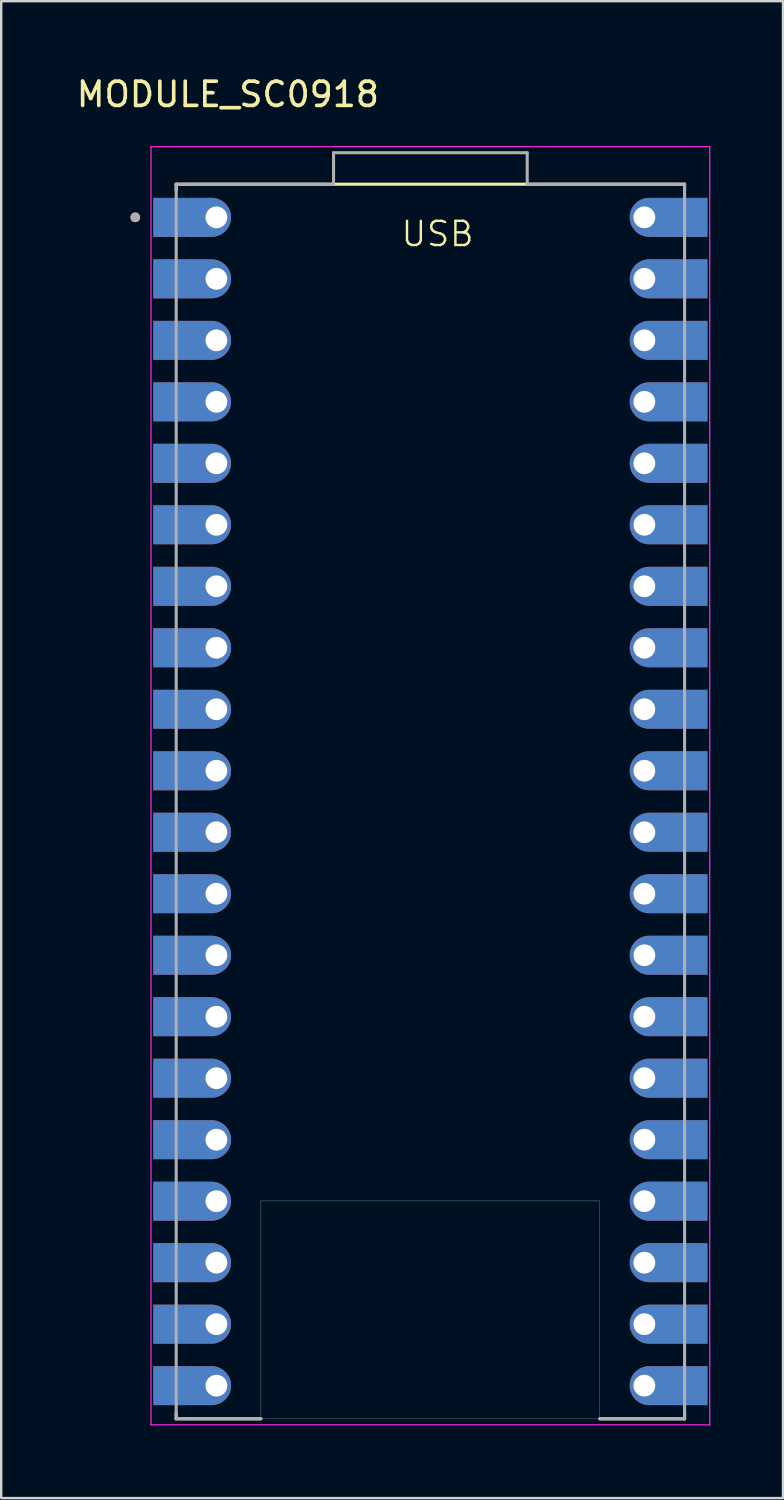
<source format=kicad_pcb>
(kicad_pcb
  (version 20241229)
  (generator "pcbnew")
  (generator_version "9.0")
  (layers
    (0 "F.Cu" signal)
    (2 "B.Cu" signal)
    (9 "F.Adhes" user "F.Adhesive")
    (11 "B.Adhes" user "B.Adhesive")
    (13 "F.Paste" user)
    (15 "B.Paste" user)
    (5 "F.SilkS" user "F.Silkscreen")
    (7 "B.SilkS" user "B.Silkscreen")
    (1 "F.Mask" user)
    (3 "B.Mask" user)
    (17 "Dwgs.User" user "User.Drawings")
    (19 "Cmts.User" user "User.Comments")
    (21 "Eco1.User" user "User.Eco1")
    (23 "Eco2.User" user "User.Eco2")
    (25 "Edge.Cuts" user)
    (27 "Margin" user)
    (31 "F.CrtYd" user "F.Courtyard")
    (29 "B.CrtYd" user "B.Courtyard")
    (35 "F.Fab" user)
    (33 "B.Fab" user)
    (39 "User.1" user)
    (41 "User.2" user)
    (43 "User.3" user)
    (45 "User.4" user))
  (footprint "MODULE_SC0918"
    (layer "F.Cu")
    (at 14.728 30.058)
    (property "Reference" "MODULE_SC0918" (at -8.365 -29.21 0) (layer "F.SilkS") (effects (font (size 1 1) (thickness 0.15))))
    (attr smd)
    (fp_poly (pts (xy -11.39 -23.23) (xy -11.39 -25.03) (xy -8.89 -25.03) (xy -8.843 -25.029) (xy -8.796 -25.025) (xy -8.749 -25.019) (xy -8.703 -25.01) (xy -8.657 -24.999) (xy -8.612 -24.986) (xy -8.567 -24.97) (xy -8.524 -24.952) (xy -8.481 -24.932) (xy -8.44 -24.909) (xy -8.4 -24.885) (xy -8.361 -24.858) (xy -8.324 -24.829) (xy -8.288 -24.799) (xy -8.254 -24.766) (xy -8.221 -24.732) (xy -8.191 -24.696) (xy -8.162 -24.659) (xy -8.135 -24.62) (xy -8.111 -24.58) (xy -8.088 -24.539) (xy -8.068 -24.496) (xy -8.05 -24.453) (xy -8.034 -24.408) (xy -8.021 -24.363) (xy -8.01 -24.317) (xy -8.001 -24.271) (xy -7.995 -24.224) (xy -7.991 -24.177) (xy -7.99 -24.13) (xy -7.991 -24.083) (xy -7.995 -24.036) (xy -8.001 -23.989) (xy -8.01 -23.943) (xy -8.021 -23.897) (xy -8.034 -23.852) (xy -8.05 -23.807) (xy -8.068 -23.764) (xy -8.088 -23.721) (xy -8.111 -23.68) (xy -8.135 -23.64) (xy -8.162 -23.601) (xy -8.191 -23.564) (xy -8.221 -23.528) (xy -8.254 -23.494) (xy -8.288 -23.461) (xy -8.324 -23.431) (xy -8.361 -23.402) (xy -8.4 -23.375) (xy -8.44 -23.351) (xy -8.481 -23.328) (xy -8.524 -23.308) (xy -8.567 -23.29) (xy -8.612 -23.274) (xy -8.657 -23.261) (xy -8.703 -23.25) (xy -8.749 -23.241) (xy -8.796 -23.235) (xy -8.843 -23.231) (xy -8.89 -23.23) (xy -11.39 -23.23)) (stroke (width 0.01) (type solid)) (fill yes) (layer "F.Mask"))
    (fp_poly (pts (xy -11.39 -20.69) (xy -11.39 -22.49) (xy -8.89 -22.49) (xy -8.843 -22.489) (xy -8.796 -22.485) (xy -8.749 -22.479) (xy -8.703 -22.47) (xy -8.657 -22.459) (xy -8.612 -22.446) (xy -8.567 -22.43) (xy -8.524 -22.412) (xy -8.481 -22.392) (xy -8.44 -22.369) (xy -8.4 -22.345) (xy -8.361 -22.318) (xy -8.324 -22.289) (xy -8.288 -22.259) (xy -8.254 -22.226) (xy -8.221 -22.192) (xy -8.191 -22.156) (xy -8.162 -22.119) (xy -8.135 -22.08) (xy -8.111 -22.04) (xy -8.088 -21.999) (xy -8.068 -21.956) (xy -8.05 -21.913) (xy -8.034 -21.868) (xy -8.021 -21.823) (xy -8.01 -21.777) (xy -8.001 -21.731) (xy -7.995 -21.684) (xy -7.991 -21.637) (xy -7.99 -21.59) (xy -7.991 -21.543) (xy -7.995 -21.496) (xy -8.001 -21.449) (xy -8.01 -21.403) (xy -8.021 -21.357) (xy -8.034 -21.312) (xy -8.05 -21.267) (xy -8.068 -21.224) (xy -8.088 -21.181) (xy -8.111 -21.14) (xy -8.135 -21.1) (xy -8.162 -21.061) (xy -8.191 -21.024) (xy -8.221 -20.988) (xy -8.254 -20.954) (xy -8.288 -20.921) (xy -8.324 -20.891) (xy -8.361 -20.862) (xy -8.4 -20.835) (xy -8.44 -20.811) (xy -8.481 -20.788) (xy -8.524 -20.768) (xy -8.567 -20.75) (xy -8.612 -20.734) (xy -8.657 -20.721) (xy -8.703 -20.71) (xy -8.749 -20.701) (xy -8.796 -20.695) (xy -8.843 -20.691) (xy -8.89 -20.69) (xy -11.39 -20.69)) (stroke (width 0.01) (type solid)) (fill yes) (layer "F.Mask"))
    (fp_poly (pts (xy -11.39 -15.61) (xy -11.39 -17.41) (xy -8.89 -17.41) (xy -8.843 -17.409) (xy -8.796 -17.405) (xy -8.749 -17.399) (xy -8.703 -17.39) (xy -8.657 -17.379) (xy -8.612 -17.366) (xy -8.567 -17.35) (xy -8.524 -17.332) (xy -8.481 -17.312) (xy -8.44 -17.289) (xy -8.4 -17.265) (xy -8.361 -17.238) (xy -8.324 -17.209) (xy -8.288 -17.179) (xy -8.254 -17.146) (xy -8.221 -17.112) (xy -8.191 -17.076) (xy -8.162 -17.039) (xy -8.135 -17) (xy -8.111 -16.96) (xy -8.088 -16.919) (xy -8.068 -16.876) (xy -8.05 -16.833) (xy -8.034 -16.788) (xy -8.021 -16.743) (xy -8.01 -16.697) (xy -8.001 -16.651) (xy -7.995 -16.604) (xy -7.991 -16.557) (xy -7.99 -16.51) (xy -7.991 -16.463) (xy -7.995 -16.416) (xy -8.001 -16.369) (xy -8.01 -16.323) (xy -8.021 -16.277) (xy -8.034 -16.232) (xy -8.05 -16.187) (xy -8.068 -16.144) (xy -8.088 -16.101) (xy -8.111 -16.06) (xy -8.135 -16.02) (xy -8.162 -15.981) (xy -8.191 -15.944) (xy -8.221 -15.908) (xy -8.254 -15.874) (xy -8.288 -15.841) (xy -8.324 -15.811) (xy -8.361 -15.782) (xy -8.4 -15.755) (xy -8.44 -15.731) (xy -8.481 -15.708) (xy -8.524 -15.688) (xy -8.567 -15.67) (xy -8.612 -15.654) (xy -8.657 -15.641) (xy -8.703 -15.63) (xy -8.749 -15.621) (xy -8.796 -15.615) (xy -8.843 -15.611) (xy -8.89 -15.61) (xy -11.39 -15.61)) (stroke (width 0.01) (type solid)) (fill yes) (layer "F.Mask"))
    (fp_poly (pts (xy -11.39 -13.07) (xy -11.39 -14.87) (xy -8.89 -14.87) (xy -8.843 -14.869) (xy -8.796 -14.865) (xy -8.749 -14.859) (xy -8.703 -14.85) (xy -8.657 -14.839) (xy -8.612 -14.826) (xy -8.567 -14.81) (xy -8.524 -14.792) (xy -8.481 -14.772) (xy -8.44 -14.749) (xy -8.4 -14.725) (xy -8.361 -14.698) (xy -8.324 -14.669) (xy -8.288 -14.639) (xy -8.254 -14.606) (xy -8.221 -14.572) (xy -8.191 -14.536) (xy -8.162 -14.499) (xy -8.135 -14.46) (xy -8.111 -14.42) (xy -8.088 -14.379) (xy -8.068 -14.336) (xy -8.05 -14.293) (xy -8.034 -14.248) (xy -8.021 -14.203) (xy -8.01 -14.157) (xy -8.001 -14.111) (xy -7.995 -14.064) (xy -7.991 -14.017) (xy -7.99 -13.97) (xy -7.991 -13.923) (xy -7.995 -13.876) (xy -8.001 -13.829) (xy -8.01 -13.783) (xy -8.021 -13.737) (xy -8.034 -13.692) (xy -8.05 -13.647) (xy -8.068 -13.604) (xy -8.088 -13.561) (xy -8.111 -13.52) (xy -8.135 -13.48) (xy -8.162 -13.441) (xy -8.191 -13.404) (xy -8.221 -13.368) (xy -8.254 -13.334) (xy -8.288 -13.301) (xy -8.324 -13.271) (xy -8.361 -13.242) (xy -8.4 -13.215) (xy -8.44 -13.191) (xy -8.481 -13.168) (xy -8.524 -13.148) (xy -8.567 -13.13) (xy -8.612 -13.114) (xy -8.657 -13.101) (xy -8.703 -13.09) (xy -8.749 -13.081) (xy -8.796 -13.075) (xy -8.843 -13.071) (xy -8.89 -13.07) (xy -11.39 -13.07)) (stroke (width 0.01) (type solid)) (fill yes) (layer "F.Mask"))
    (fp_poly (pts (xy -11.39 -10.53) (xy -11.39 -12.33) (xy -8.89 -12.33) (xy -8.843 -12.329) (xy -8.796 -12.325) (xy -8.749 -12.319) (xy -8.703 -12.31) (xy -8.657 -12.299) (xy -8.612 -12.286) (xy -8.567 -12.27) (xy -8.524 -12.252) (xy -8.481 -12.232) (xy -8.44 -12.209) (xy -8.4 -12.185) (xy -8.361 -12.158) (xy -8.324 -12.129) (xy -8.288 -12.099) (xy -8.254 -12.066) (xy -8.221 -12.032) (xy -8.191 -11.996) (xy -8.162 -11.959) (xy -8.135 -11.92) (xy -8.111 -11.88) (xy -8.088 -11.839) (xy -8.068 -11.796) (xy -8.05 -11.753) (xy -8.034 -11.708) (xy -8.021 -11.663) (xy -8.01 -11.617) (xy -8.001 -11.571) (xy -7.995 -11.524) (xy -7.991 -11.477) (xy -7.99 -11.43) (xy -7.991 -11.383) (xy -7.995 -11.336) (xy -8.001 -11.289) (xy -8.01 -11.243) (xy -8.021 -11.197) (xy -8.034 -11.152) (xy -8.05 -11.107) (xy -8.068 -11.064) (xy -8.088 -11.021) (xy -8.111 -10.98) (xy -8.135 -10.94) (xy -8.162 -10.901) (xy -8.191 -10.864) (xy -8.221 -10.828) (xy -8.254 -10.794) (xy -8.288 -10.761) (xy -8.324 -10.731) (xy -8.361 -10.702) (xy -8.4 -10.675) (xy -8.44 -10.651) (xy -8.481 -10.628) (xy -8.524 -10.608) (xy -8.567 -10.59) (xy -8.612 -10.574) (xy -8.657 -10.561) (xy -8.703 -10.55) (xy -8.749 -10.541) (xy -8.796 -10.535) (xy -8.843 -10.531) (xy -8.89 -10.53) (xy -11.39 -10.53)) (stroke (width 0.01) (type solid)) (fill yes) (layer "F.Mask"))
    (fp_poly (pts (xy -11.39 -7.99) (xy -11.39 -9.79) (xy -8.89 -9.79) (xy -8.843 -9.789) (xy -8.796 -9.785) (xy -8.749 -9.779) (xy -8.703 -9.77) (xy -8.657 -9.759) (xy -8.612 -9.746) (xy -8.567 -9.73) (xy -8.524 -9.712) (xy -8.481 -9.692) (xy -8.44 -9.669) (xy -8.4 -9.645) (xy -8.361 -9.618) (xy -8.324 -9.589) (xy -8.288 -9.559) (xy -8.254 -9.526) (xy -8.221 -9.492) (xy -8.191 -9.456) (xy -8.162 -9.419) (xy -8.135 -9.38) (xy -8.111 -9.34) (xy -8.088 -9.299) (xy -8.068 -9.256) (xy -8.05 -9.213) (xy -8.034 -9.168) (xy -8.021 -9.123) (xy -8.01 -9.077) (xy -8.001 -9.031) (xy -7.995 -8.984) (xy -7.991 -8.937) (xy -7.99 -8.89) (xy -7.991 -8.843) (xy -7.995 -8.796) (xy -8.001 -8.749) (xy -8.01 -8.703) (xy -8.021 -8.657) (xy -8.034 -8.612) (xy -8.05 -8.567) (xy -8.068 -8.524) (xy -8.088 -8.481) (xy -8.111 -8.44) (xy -8.135 -8.4) (xy -8.162 -8.361) (xy -8.191 -8.324) (xy -8.221 -8.288) (xy -8.254 -8.254) (xy -8.288 -8.221) (xy -8.324 -8.191) (xy -8.361 -8.162) (xy -8.4 -8.135) (xy -8.44 -8.111) (xy -8.481 -8.088) (xy -8.524 -8.068) (xy -8.567 -8.05) (xy -8.612 -8.034) (xy -8.657 -8.021) (xy -8.703 -8.01) (xy -8.749 -8.001) (xy -8.796 -7.995) (xy -8.843 -7.991) (xy -8.89 -7.99) (xy -11.39 -7.99)) (stroke (width 0.01) (type solid)) (fill yes) (layer "F.Mask"))
    (fp_poly (pts (xy -11.39 -2.91) (xy -11.39 -4.71) (xy -8.89 -4.71) (xy -8.843 -4.709) (xy -8.796 -4.705) (xy -8.749 -4.699) (xy -8.703 -4.69) (xy -8.657 -4.679) (xy -8.612 -4.666) (xy -8.567 -4.65) (xy -8.524 -4.632) (xy -8.481 -4.612) (xy -8.44 -4.589) (xy -8.4 -4.565) (xy -8.361 -4.538) (xy -8.324 -4.509) (xy -8.288 -4.479) (xy -8.254 -4.446) (xy -8.221 -4.412) (xy -8.191 -4.376) (xy -8.162 -4.339) (xy -8.135 -4.3) (xy -8.111 -4.26) (xy -8.088 -4.219) (xy -8.068 -4.176) (xy -8.05 -4.133) (xy -8.034 -4.088) (xy -8.021 -4.043) (xy -8.01 -3.997) (xy -8.001 -3.951) (xy -7.995 -3.904) (xy -7.991 -3.857) (xy -7.99 -3.81) (xy -7.991 -3.763) (xy -7.995 -3.716) (xy -8.001 -3.669) (xy -8.01 -3.623) (xy -8.021 -3.577) (xy -8.034 -3.532) (xy -8.05 -3.487) (xy -8.068 -3.444) (xy -8.088 -3.401) (xy -8.111 -3.36) (xy -8.135 -3.32) (xy -8.162 -3.281) (xy -8.191 -3.244) (xy -8.221 -3.208) (xy -8.254 -3.174) (xy -8.288 -3.141) (xy -8.324 -3.111) (xy -8.361 -3.082) (xy -8.4 -3.055) (xy -8.44 -3.031) (xy -8.481 -3.008) (xy -8.524 -2.988) (xy -8.567 -2.97) (xy -8.612 -2.954) (xy -8.657 -2.941) (xy -8.703 -2.93) (xy -8.749 -2.921) (xy -8.796 -2.915) (xy -8.843 -2.911) (xy -8.89 -2.91) (xy -11.39 -2.91)) (stroke (width 0.01) (type solid)) (fill yes) (layer "F.Mask"))
    (fp_poly (pts (xy -11.39 -0.37) (xy -11.39 -2.17) (xy -8.89 -2.17) (xy -8.843 -2.169) (xy -8.796 -2.165) (xy -8.749 -2.159) (xy -8.703 -2.15) (xy -8.657 -2.139) (xy -8.612 -2.126) (xy -8.567 -2.11) (xy -8.524 -2.092) (xy -8.481 -2.072) (xy -8.44 -2.049) (xy -8.4 -2.025) (xy -8.361 -1.998) (xy -8.324 -1.969) (xy -8.288 -1.939) (xy -8.254 -1.906) (xy -8.221 -1.872) (xy -8.191 -1.836) (xy -8.162 -1.799) (xy -8.135 -1.76) (xy -8.111 -1.72) (xy -8.088 -1.679) (xy -8.068 -1.636) (xy -8.05 -1.593) (xy -8.034 -1.548) (xy -8.021 -1.503) (xy -8.01 -1.457) (xy -8.001 -1.411) (xy -7.995 -1.364) (xy -7.991 -1.317) (xy -7.99 -1.27) (xy -7.991 -1.223) (xy -7.995 -1.176) (xy -8.001 -1.129) (xy -8.01 -1.083) (xy -8.021 -1.037) (xy -8.034 -0.992) (xy -8.05 -0.947) (xy -8.068 -0.904) (xy -8.088 -0.861) (xy -8.111 -0.82) (xy -8.135 -0.78) (xy -8.162 -0.741) (xy -8.191 -0.704) (xy -8.221 -0.668) (xy -8.254 -0.634) (xy -8.288 -0.601) (xy -8.324 -0.571) (xy -8.361 -0.542) (xy -8.4 -0.515) (xy -8.44 -0.491) (xy -8.481 -0.468) (xy -8.524 -0.448) (xy -8.567 -0.43) (xy -8.612 -0.414) (xy -8.657 -0.401) (xy -8.703 -0.39) (xy -8.749 -0.381) (xy -8.796 -0.375) (xy -8.843 -0.371) (xy -8.89 -0.37) (xy -11.39 -0.37)) (stroke (width 0.01) (type solid)) (fill yes) (layer "F.Mask"))
    (fp_poly (pts (xy -11.39 2.17) (xy -11.39 0.37) (xy -8.89 0.37) (xy -8.843 0.371) (xy -8.796 0.375) (xy -8.749 0.381) (xy -8.703 0.39) (xy -8.657 0.401) (xy -8.612 0.414) (xy -8.567 0.43) (xy -8.524 0.448) (xy -8.481 0.468) (xy -8.44 0.491) (xy -8.4 0.515) (xy -8.361 0.542) (xy -8.324 0.571) (xy -8.288 0.601) (xy -8.254 0.634) (xy -8.221 0.668) (xy -8.191 0.704) (xy -8.162 0.741) (xy -8.135 0.78) (xy -8.111 0.82) (xy -8.088 0.861) (xy -8.068 0.904) (xy -8.05 0.947) (xy -8.034 0.992) (xy -8.021 1.037) (xy -8.01 1.083) (xy -8.001 1.129) (xy -7.995 1.176) (xy -7.991 1.223) (xy -7.99 1.27) (xy -7.991 1.317) (xy -7.995 1.364) (xy -8.001 1.411) (xy -8.01 1.457) (xy -8.021 1.503) (xy -8.034 1.548) (xy -8.05 1.593) (xy -8.068 1.636) (xy -8.088 1.679) (xy -8.111 1.72) (xy -8.135 1.76) (xy -8.162 1.799) (xy -8.191 1.836) (xy -8.221 1.872) (xy -8.254 1.906) (xy -8.288 1.939) (xy -8.324 1.969) (xy -8.361 1.998) (xy -8.4 2.025) (xy -8.44 2.049) (xy -8.481 2.072) (xy -8.524 2.092) (xy -8.567 2.11) (xy -8.612 2.126) (xy -8.657 2.139) (xy -8.703 2.15) (xy -8.749 2.159) (xy -8.796 2.165) (xy -8.843 2.169) (xy -8.89 2.17) (xy -11.39 2.17)) (stroke (width 0.01) (type solid)) (fill yes) (layer "F.Mask"))
    (fp_poly (pts (xy -11.39 4.71) (xy -11.39 2.91) (xy -8.89 2.91) (xy -8.843 2.911) (xy -8.796 2.915) (xy -8.749 2.921) (xy -8.703 2.93) (xy -8.657 2.941) (xy -8.612 2.954) (xy -8.567 2.97) (xy -8.524 2.988) (xy -8.481 3.008) (xy -8.44 3.031) (xy -8.4 3.055) (xy -8.361 3.082) (xy -8.324 3.111) (xy -8.288 3.141) (xy -8.254 3.174) (xy -8.221 3.208) (xy -8.191 3.244) (xy -8.162 3.281) (xy -8.135 3.32) (xy -8.111 3.36) (xy -8.088 3.401) (xy -8.068 3.444) (xy -8.05 3.487) (xy -8.034 3.532) (xy -8.021 3.577) (xy -8.01 3.623) (xy -8.001 3.669) (xy -7.995 3.716) (xy -7.991 3.763) (xy -7.99 3.81) (xy -7.991 3.857) (xy -7.995 3.904) (xy -8.001 3.951) (xy -8.01 3.997) (xy -8.021 4.043) (xy -8.034 4.088) (xy -8.05 4.133) (xy -8.068 4.176) (xy -8.088 4.219) (xy -8.111 4.26) (xy -8.135 4.3) (xy -8.162 4.339) (xy -8.191 4.376) (xy -8.221 4.412) (xy -8.254 4.446) (xy -8.288 4.479) (xy -8.324 4.509) (xy -8.361 4.538) (xy -8.4 4.565) (xy -8.44 4.589) (xy -8.481 4.612) (xy -8.524 4.632) (xy -8.567 4.65) (xy -8.612 4.666) (xy -8.657 4.679) (xy -8.703 4.69) (xy -8.749 4.699) (xy -8.796 4.705) (xy -8.843 4.709) (xy -8.89 4.71) (xy -11.39 4.71)) (stroke (width 0.01) (type solid)) (fill yes) (layer "F.Mask"))
    (fp_poly (pts (xy -11.39 9.79) (xy -11.39 7.99) (xy -8.89 7.99) (xy -8.843 7.991) (xy -8.796 7.995) (xy -8.749 8.001) (xy -8.703 8.01) (xy -8.657 8.021) (xy -8.612 8.034) (xy -8.567 8.05) (xy -8.524 8.068) (xy -8.481 8.088) (xy -8.44 8.111) (xy -8.4 8.135) (xy -8.361 8.162) (xy -8.324 8.191) (xy -8.288 8.221) (xy -8.254 8.254) (xy -8.221 8.288) (xy -8.191 8.324) (xy -8.162 8.361) (xy -8.135 8.4) (xy -8.111 8.44) (xy -8.088 8.481) (xy -8.068 8.524) (xy -8.05 8.567) (xy -8.034 8.612) (xy -8.021 8.657) (xy -8.01 8.703) (xy -8.001 8.749) (xy -7.995 8.796) (xy -7.991 8.843) (xy -7.99 8.89) (xy -7.991 8.937) (xy -7.995 8.984) (xy -8.001 9.031) (xy -8.01 9.077) (xy -8.021 9.123) (xy -8.034 9.168) (xy -8.05 9.213) (xy -8.068 9.256) (xy -8.088 9.299) (xy -8.111 9.34) (xy -8.135 9.38) (xy -8.162 9.419) (xy -8.191 9.456) (xy -8.221 9.492) (xy -8.254 9.526) (xy -8.288 9.559) (xy -8.324 9.589) (xy -8.361 9.618) (xy -8.4 9.645) (xy -8.44 9.669) (xy -8.481 9.692) (xy -8.524 9.712) (xy -8.567 9.73) (xy -8.612 9.746) (xy -8.657 9.759) (xy -8.703 9.77) (xy -8.749 9.779) (xy -8.796 9.785) (xy -8.843 9.789) (xy -8.89 9.79) (xy -11.39 9.79)) (stroke (width 0.01) (type solid)) (fill yes) (layer "F.Mask"))
    (fp_poly (pts (xy -11.39 12.33) (xy -11.39 10.53) (xy -8.89 10.53) (xy -8.843 10.531) (xy -8.796 10.535) (xy -8.749 10.541) (xy -8.703 10.55) (xy -8.657 10.561) (xy -8.612 10.574) (xy -8.567 10.59) (xy -8.524 10.608) (xy -8.481 10.628) (xy -8.44 10.651) (xy -8.4 10.675) (xy -8.361 10.702) (xy -8.324 10.731) (xy -8.288 10.761) (xy -8.254 10.794) (xy -8.221 10.828) (xy -8.191 10.864) (xy -8.162 10.901) (xy -8.135 10.94) (xy -8.111 10.98) (xy -8.088 11.021) (xy -8.068 11.064) (xy -8.05 11.107) (xy -8.034 11.152) (xy -8.021 11.197) (xy -8.01 11.243) (xy -8.001 11.289) (xy -7.995 11.336) (xy -7.991 11.383) (xy -7.99 11.43) (xy -7.991 11.477) (xy -7.995 11.524) (xy -8.001 11.571) (xy -8.01 11.617) (xy -8.021 11.663) (xy -8.034 11.708) (xy -8.05 11.753) (xy -8.068 11.796) (xy -8.088 11.839) (xy -8.111 11.88) (xy -8.135 11.92) (xy -8.162 11.959) (xy -8.191 11.996) (xy -8.221 12.032) (xy -8.254 12.066) (xy -8.288 12.099) (xy -8.324 12.129) (xy -8.361 12.158) (xy -8.4 12.185) (xy -8.44 12.209) (xy -8.481 12.232) (xy -8.524 12.252) (xy -8.567 12.27) (xy -8.612 12.286) (xy -8.657 12.299) (xy -8.703 12.31) (xy -8.749 12.319) (xy -8.796 12.325) (xy -8.843 12.329) (xy -8.89 12.33) (xy -11.39 12.33)) (stroke (width 0.01) (type solid)) (fill yes) (layer "F.Mask"))
    (fp_poly (pts (xy -11.39 14.87) (xy -11.39 13.07) (xy -8.89 13.07) (xy -8.843 13.071) (xy -8.796 13.075) (xy -8.749 13.081) (xy -8.703 13.09) (xy -8.657 13.101) (xy -8.612 13.114) (xy -8.567 13.13) (xy -8.524 13.148) (xy -8.481 13.168) (xy -8.44 13.191) (xy -8.4 13.215) (xy -8.361 13.242) (xy -8.324 13.271) (xy -8.288 13.301) (xy -8.254 13.334) (xy -8.221 13.368) (xy -8.191 13.404) (xy -8.162 13.441) (xy -8.135 13.48) (xy -8.111 13.52) (xy -8.088 13.561) (xy -8.068 13.604) (xy -8.05 13.647) (xy -8.034 13.692) (xy -8.021 13.737) (xy -8.01 13.783) (xy -8.001 13.829) (xy -7.995 13.876) (xy -7.991 13.923) (xy -7.99 13.97) (xy -7.991 14.017) (xy -7.995 14.064) (xy -8.001 14.111) (xy -8.01 14.157) (xy -8.021 14.203) (xy -8.034 14.248) (xy -8.05 14.293) (xy -8.068 14.336) (xy -8.088 14.379) (xy -8.111 14.42) (xy -8.135 14.46) (xy -8.162 14.499) (xy -8.191 14.536) (xy -8.221 14.572) (xy -8.254 14.606) (xy -8.288 14.639) (xy -8.324 14.669) (xy -8.361 14.698) (xy -8.4 14.725) (xy -8.44 14.749) (xy -8.481 14.772) (xy -8.524 14.792) (xy -8.567 14.81) (xy -8.612 14.826) (xy -8.657 14.839) (xy -8.703 14.85) (xy -8.749 14.859) (xy -8.796 14.865) (xy -8.843 14.869) (xy -8.89 14.87) (xy -11.39 14.87)) (stroke (width 0.01) (type solid)) (fill yes) (layer "F.Mask"))
    (fp_poly (pts (xy -11.39 17.41) (xy -11.39 15.61) (xy -8.89 15.61) (xy -8.843 15.611) (xy -8.796 15.615) (xy -8.749 15.621) (xy -8.703 15.63) (xy -8.657 15.641) (xy -8.612 15.654) (xy -8.567 15.67) (xy -8.524 15.688) (xy -8.481 15.708) (xy -8.44 15.731) (xy -8.4 15.755) (xy -8.361 15.782) (xy -8.324 15.811) (xy -8.288 15.841) (xy -8.254 15.874) (xy -8.221 15.908) (xy -8.191 15.944) (xy -8.162 15.981) (xy -8.135 16.02) (xy -8.111 16.06) (xy -8.088 16.101) (xy -8.068 16.144) (xy -8.05 16.187) (xy -8.034 16.232) (xy -8.021 16.277) (xy -8.01 16.323) (xy -8.001 16.369) (xy -7.995 16.416) (xy -7.991 16.463) (xy -7.99 16.51) (xy -7.991 16.557) (xy -7.995 16.604) (xy -8.001 16.651) (xy -8.01 16.697) (xy -8.021 16.743) (xy -8.034 16.788) (xy -8.05 16.833) (xy -8.068 16.876) (xy -8.088 16.919) (xy -8.111 16.96) (xy -8.135 17) (xy -8.162 17.039) (xy -8.191 17.076) (xy -8.221 17.112) (xy -8.254 17.146) (xy -8.288 17.179) (xy -8.324 17.209) (xy -8.361 17.238) (xy -8.4 17.265) (xy -8.44 17.289) (xy -8.481 17.312) (xy -8.524 17.332) (xy -8.567 17.35) (xy -8.612 17.366) (xy -8.657 17.379) (xy -8.703 17.39) (xy -8.749 17.399) (xy -8.796 17.405) (xy -8.843 17.409) (xy -8.89 17.41) (xy -11.39 17.41)) (stroke (width 0.01) (type solid)) (fill yes) (layer "F.Mask"))
    (fp_poly (pts (xy -11.39 22.49) (xy -11.39 20.69) (xy -8.89 20.69) (xy -8.843 20.691) (xy -8.796 20.695) (xy -8.749 20.701) (xy -8.703 20.71) (xy -8.657 20.721) (xy -8.612 20.734) (xy -8.567 20.75) (xy -8.524 20.768) (xy -8.481 20.788) (xy -8.44 20.811) (xy -8.4 20.835) (xy -8.361 20.862) (xy -8.324 20.891) (xy -8.288 20.921) (xy -8.254 20.954) (xy -8.221 20.988) (xy -8.191 21.024) (xy -8.162 21.061) (xy -8.135 21.1) (xy -8.111 21.14) (xy -8.088 21.181) (xy -8.068 21.224) (xy -8.05 21.267) (xy -8.034 21.312) (xy -8.021 21.357) (xy -8.01 21.403) (xy -8.001 21.449) (xy -7.995 21.496) (xy -7.991 21.543) (xy -7.99 21.59) (xy -7.991 21.637) (xy -7.995 21.684) (xy -8.001 21.731) (xy -8.01 21.777) (xy -8.021 21.823) (xy -8.034 21.868) (xy -8.05 21.913) (xy -8.068 21.956) (xy -8.088 21.999) (xy -8.111 22.04) (xy -8.135 22.08) (xy -8.162 22.119) (xy -8.191 22.156) (xy -8.221 22.192) (xy -8.254 22.226) (xy -8.288 22.259) (xy -8.324 22.289) (xy -8.361 22.318) (xy -8.4 22.345) (xy -8.44 22.369) (xy -8.481 22.392) (xy -8.524 22.412) (xy -8.567 22.43) (xy -8.612 22.446) (xy -8.657 22.459) (xy -8.703 22.47) (xy -8.749 22.479) (xy -8.796 22.485) (xy -8.843 22.489) (xy -8.89 22.49) (xy -11.39 22.49)) (stroke (width 0.01) (type solid)) (fill yes) (layer "F.Mask"))
    (fp_poly (pts (xy -11.39 25.03) (xy -11.39 23.23) (xy -8.89 23.23) (xy -8.843 23.231) (xy -8.796 23.235) (xy -8.749 23.241) (xy -8.703 23.25) (xy -8.657 23.261) (xy -8.612 23.274) (xy -8.567 23.29) (xy -8.524 23.308) (xy -8.481 23.328) (xy -8.44 23.351) (xy -8.4 23.375) (xy -8.361 23.402) (xy -8.324 23.431) (xy -8.288 23.461) (xy -8.254 23.494) (xy -8.221 23.528) (xy -8.191 23.564) (xy -8.162 23.601) (xy -8.135 23.64) (xy -8.111 23.68) (xy -8.088 23.721) (xy -8.068 23.764) (xy -8.05 23.807) (xy -8.034 23.852) (xy -8.021 23.897) (xy -8.01 23.943) (xy -8.001 23.989) (xy -7.995 24.036) (xy -7.991 24.083) (xy -7.99 24.13) (xy -7.991 24.177) (xy -7.995 24.224) (xy -8.001 24.271) (xy -8.01 24.317) (xy -8.021 24.363) (xy -8.034 24.408) (xy -8.05 24.453) (xy -8.068 24.496) (xy -8.088 24.539) (xy -8.111 24.58) (xy -8.135 24.62) (xy -8.162 24.659) (xy -8.191 24.696) (xy -8.221 24.732) (xy -8.254 24.766) (xy -8.288 24.799) (xy -8.324 24.829) (xy -8.361 24.858) (xy -8.4 24.885) (xy -8.44 24.909) (xy -8.481 24.932) (xy -8.524 24.952) (xy -8.567 24.97) (xy -8.612 24.986) (xy -8.657 24.999) (xy -8.703 25.01) (xy -8.749 25.019) (xy -8.796 25.025) (xy -8.843 25.029) (xy -8.89 25.03) (xy -11.39 25.03)) (stroke (width 0.01) (type solid)) (fill yes) (layer "F.Mask"))
    (fp_poly (pts (xy 11.39 -23.23) (xy 11.39 -25.03) (xy 8.89 -25.03) (xy 8.843 -25.029) (xy 8.796 -25.025) (xy 8.749 -25.019) (xy 8.703 -25.01) (xy 8.657 -24.999) (xy 8.612 -24.986) (xy 8.567 -24.97) (xy 8.524 -24.952) (xy 8.481 -24.932) (xy 8.44 -24.909) (xy 8.4 -24.885) (xy 8.361 -24.858) (xy 8.324 -24.829) (xy 8.288 -24.799) (xy 8.254 -24.766) (xy 8.221 -24.732) (xy 8.191 -24.696) (xy 8.162 -24.659) (xy 8.135 -24.62) (xy 8.111 -24.58) (xy 8.088 -24.539) (xy 8.068 -24.496) (xy 8.05 -24.453) (xy 8.034 -24.408) (xy 8.021 -24.363) (xy 8.01 -24.317) (xy 8.001 -24.271) (xy 7.995 -24.224) (xy 7.991 -24.177) (xy 7.99 -24.13) (xy 7.991 -24.083) (xy 7.995 -24.036) (xy 8.001 -23.989) (xy 8.01 -23.943) (xy 8.021 -23.897) (xy 8.034 -23.852) (xy 8.05 -23.807) (xy 8.068 -23.764) (xy 8.088 -23.721) (xy 8.111 -23.68) (xy 8.135 -23.64) (xy 8.162 -23.601) (xy 8.191 -23.564) (xy 8.221 -23.528) (xy 8.254 -23.494) (xy 8.288 -23.461) (xy 8.324 -23.431) (xy 8.361 -23.402) (xy 8.4 -23.375) (xy 8.44 -23.351) (xy 8.481 -23.328) (xy 8.524 -23.308) (xy 8.567 -23.29) (xy 8.612 -23.274) (xy 8.657 -23.261) (xy 8.703 -23.25) (xy 8.749 -23.241) (xy 8.796 -23.235) (xy 8.843 -23.231) (xy 8.89 -23.23) (xy 11.39 -23.23)) (stroke (width 0.01) (type solid)) (fill yes) (layer "F.Mask"))
    (fp_poly (pts (xy 11.39 -20.69) (xy 11.39 -22.49) (xy 8.89 -22.49) (xy 8.843 -22.489) (xy 8.796 -22.485) (xy 8.749 -22.479) (xy 8.703 -22.47) (xy 8.657 -22.459) (xy 8.612 -22.446) (xy 8.567 -22.43) (xy 8.524 -22.412) (xy 8.481 -22.392) (xy 8.44 -22.369) (xy 8.4 -22.345) (xy 8.361 -22.318) (xy 8.324 -22.289) (xy 8.288 -22.259) (xy 8.254 -22.226) (xy 8.221 -22.192) (xy 8.191 -22.156) (xy 8.162 -22.119) (xy 8.135 -22.08) (xy 8.111 -22.04) (xy 8.088 -21.999) (xy 8.068 -21.956) (xy 8.05 -21.913) (xy 8.034 -21.868) (xy 8.021 -21.823) (xy 8.01 -21.777) (xy 8.001 -21.731) (xy 7.995 -21.684) (xy 7.991 -21.637) (xy 7.99 -21.59) (xy 7.991 -21.543) (xy 7.995 -21.496) (xy 8.001 -21.449) (xy 8.01 -21.403) (xy 8.021 -21.357) (xy 8.034 -21.312) (xy 8.05 -21.267) (xy 8.068 -21.224) (xy 8.088 -21.181) (xy 8.111 -21.14) (xy 8.135 -21.1) (xy 8.162 -21.061) (xy 8.191 -21.024) (xy 8.221 -20.988) (xy 8.254 -20.954) (xy 8.288 -20.921) (xy 8.324 -20.891) (xy 8.361 -20.862) (xy 8.4 -20.835) (xy 8.44 -20.811) (xy 8.481 -20.788) (xy 8.524 -20.768) (xy 8.567 -20.75) (xy 8.612 -20.734) (xy 8.657 -20.721) (xy 8.703 -20.71) (xy 8.749 -20.701) (xy 8.796 -20.695) (xy 8.843 -20.691) (xy 8.89 -20.69) (xy 11.39 -20.69)) (stroke (width 0.01) (type solid)) (fill yes) (layer "F.Mask"))
    (fp_poly (pts (xy 11.39 -15.61) (xy 11.39 -17.41) (xy 8.89 -17.41) (xy 8.843 -17.409) (xy 8.796 -17.405) (xy 8.749 -17.399) (xy 8.703 -17.39) (xy 8.657 -17.379) (xy 8.612 -17.366) (xy 8.567 -17.35) (xy 8.524 -17.332) (xy 8.481 -17.312) (xy 8.44 -17.289) (xy 8.4 -17.265) (xy 8.361 -17.238) (xy 8.324 -17.209) (xy 8.288 -17.179) (xy 8.254 -17.146) (xy 8.221 -17.112) (xy 8.191 -17.076) (xy 8.162 -17.039) (xy 8.135 -17) (xy 8.111 -16.96) (xy 8.088 -16.919) (xy 8.068 -16.876) (xy 8.05 -16.833) (xy 8.034 -16.788) (xy 8.021 -16.743) (xy 8.01 -16.697) (xy 8.001 -16.651) (xy 7.995 -16.604) (xy 7.991 -16.557) (xy 7.99 -16.51) (xy 7.991 -16.463) (xy 7.995 -16.416) (xy 8.001 -16.369) (xy 8.01 -16.323) (xy 8.021 -16.277) (xy 8.034 -16.232) (xy 8.05 -16.187) (xy 8.068 -16.144) (xy 8.088 -16.101) (xy 8.111 -16.06) (xy 8.135 -16.02) (xy 8.162 -15.981) (xy 8.191 -15.944) (xy 8.221 -15.908) (xy 8.254 -15.874) (xy 8.288 -15.841) (xy 8.324 -15.811) (xy 8.361 -15.782) (xy 8.4 -15.755) (xy 8.44 -15.731) (xy 8.481 -15.708) (xy 8.524 -15.688) (xy 8.567 -15.67) (xy 8.612 -15.654) (xy 8.657 -15.641) (xy 8.703 -15.63) (xy 8.749 -15.621) (xy 8.796 -15.615) (xy 8.843 -15.611) (xy 8.89 -15.61) (xy 11.39 -15.61)) (stroke (width 0.01) (type solid)) (fill yes) (layer "F.Mask"))
    (fp_poly (pts (xy 11.39 -13.07) (xy 11.39 -14.87) (xy 8.89 -14.87) (xy 8.843 -14.869) (xy 8.796 -14.865) (xy 8.749 -14.859) (xy 8.703 -14.85) (xy 8.657 -14.839) (xy 8.612 -14.826) (xy 8.567 -14.81) (xy 8.524 -14.792) (xy 8.481 -14.772) (xy 8.44 -14.749) (xy 8.4 -14.725) (xy 8.361 -14.698) (xy 8.324 -14.669) (xy 8.288 -14.639) (xy 8.254 -14.606) (xy 8.221 -14.572) (xy 8.191 -14.536) (xy 8.162 -14.499) (xy 8.135 -14.46) (xy 8.111 -14.42) (xy 8.088 -14.379) (xy 8.068 -14.336) (xy 8.05 -14.293) (xy 8.034 -14.248) (xy 8.021 -14.203) (xy 8.01 -14.157) (xy 8.001 -14.111) (xy 7.995 -14.064) (xy 7.991 -14.017) (xy 7.99 -13.97) (xy 7.991 -13.923) (xy 7.995 -13.876) (xy 8.001 -13.829) (xy 8.01 -13.783) (xy 8.021 -13.737) (xy 8.034 -13.692) (xy 8.05 -13.647) (xy 8.068 -13.604) (xy 8.088 -13.561) (xy 8.111 -13.52) (xy 8.135 -13.48) (xy 8.162 -13.441) (xy 8.191 -13.404) (xy 8.221 -13.368) (xy 8.254 -13.334) (xy 8.288 -13.301) (xy 8.324 -13.271) (xy 8.361 -13.242) (xy 8.4 -13.215) (xy 8.44 -13.191) (xy 8.481 -13.168) (xy 8.524 -13.148) (xy 8.567 -13.13) (xy 8.612 -13.114) (xy 8.657 -13.101) (xy 8.703 -13.09) (xy 8.749 -13.081) (xy 8.796 -13.075) (xy 8.843 -13.071) (xy 8.89 -13.07) (xy 11.39 -13.07)) (stroke (width 0.01) (type solid)) (fill yes) (layer "F.Mask"))
    (fp_poly (pts (xy 11.39 -10.53) (xy 11.39 -12.33) (xy 8.89 -12.33) (xy 8.843 -12.329) (xy 8.796 -12.325) (xy 8.749 -12.319) (xy 8.703 -12.31) (xy 8.657 -12.299) (xy 8.612 -12.286) (xy 8.567 -12.27) (xy 8.524 -12.252) (xy 8.481 -12.232) (xy 8.44 -12.209) (xy 8.4 -12.185) (xy 8.361 -12.158) (xy 8.324 -12.129) (xy 8.288 -12.099) (xy 8.254 -12.066) (xy 8.221 -12.032) (xy 8.191 -11.996) (xy 8.162 -11.959) (xy 8.135 -11.92) (xy 8.111 -11.88) (xy 8.088 -11.839) (xy 8.068 -11.796) (xy 8.05 -11.753) (xy 8.034 -11.708) (xy 8.021 -11.663) (xy 8.01 -11.617) (xy 8.001 -11.571) (xy 7.995 -11.524) (xy 7.991 -11.477) (xy 7.99 -11.43) (xy 7.991 -11.383) (xy 7.995 -11.336) (xy 8.001 -11.289) (xy 8.01 -11.243) (xy 8.021 -11.197) (xy 8.034 -11.152) (xy 8.05 -11.107) (xy 8.068 -11.064) (xy 8.088 -11.021) (xy 8.111 -10.98) (xy 8.135 -10.94) (xy 8.162 -10.901) (xy 8.191 -10.864) (xy 8.221 -10.828) (xy 8.254 -10.794) (xy 8.288 -10.761) (xy 8.324 -10.731) (xy 8.361 -10.702) (xy 8.4 -10.675) (xy 8.44 -10.651) (xy 8.481 -10.628) (xy 8.524 -10.608) (xy 8.567 -10.59) (xy 8.612 -10.574) (xy 8.657 -10.561) (xy 8.703 -10.55) (xy 8.749 -10.541) (xy 8.796 -10.535) (xy 8.843 -10.531) (xy 8.89 -10.53) (xy 11.39 -10.53)) (stroke (width 0.01) (type solid)) (fill yes) (layer "F.Mask"))
    (fp_poly (pts (xy 11.39 -7.99) (xy 11.39 -9.79) (xy 8.89 -9.79) (xy 8.843 -9.789) (xy 8.796 -9.785) (xy 8.749 -9.779) (xy 8.703 -9.77) (xy 8.657 -9.759) (xy 8.612 -9.746) (xy 8.567 -9.73) (xy 8.524 -9.712) (xy 8.481 -9.692) (xy 8.44 -9.669) (xy 8.4 -9.645) (xy 8.361 -9.618) (xy 8.324 -9.589) (xy 8.288 -9.559) (xy 8.254 -9.526) (xy 8.221 -9.492) (xy 8.191 -9.456) (xy 8.162 -9.419) (xy 8.135 -9.38) (xy 8.111 -9.34) (xy 8.088 -9.299) (xy 8.068 -9.256) (xy 8.05 -9.213) (xy 8.034 -9.168) (xy 8.021 -9.123) (xy 8.01 -9.077) (xy 8.001 -9.031) (xy 7.995 -8.984) (xy 7.991 -8.937) (xy 7.99 -8.89) (xy 7.991 -8.843) (xy 7.995 -8.796) (xy 8.001 -8.749) (xy 8.01 -8.703) (xy 8.021 -8.657) (xy 8.034 -8.612) (xy 8.05 -8.567) (xy 8.068 -8.524) (xy 8.088 -8.481) (xy 8.111 -8.44) (xy 8.135 -8.4) (xy 8.162 -8.361) (xy 8.191 -8.324) (xy 8.221 -8.288) (xy 8.254 -8.254) (xy 8.288 -8.221) (xy 8.324 -8.191) (xy 8.361 -8.162) (xy 8.4 -8.135) (xy 8.44 -8.111) (xy 8.481 -8.088) (xy 8.524 -8.068) (xy 8.567 -8.05) (xy 8.612 -8.034) (xy 8.657 -8.021) (xy 8.703 -8.01) (xy 8.749 -8.001) (xy 8.796 -7.995) (xy 8.843 -7.991) (xy 8.89 -7.99) (xy 11.39 -7.99)) (stroke (width 0.01) (type solid)) (fill yes) (layer "F.Mask"))
    (fp_poly (pts (xy 11.39 -2.91) (xy 11.39 -4.71) (xy 8.89 -4.71) (xy 8.843 -4.709) (xy 8.796 -4.705) (xy 8.749 -4.699) (xy 8.703 -4.69) (xy 8.657 -4.679) (xy 8.612 -4.666) (xy 8.567 -4.65) (xy 8.524 -4.632) (xy 8.481 -4.612) (xy 8.44 -4.589) (xy 8.4 -4.565) (xy 8.361 -4.538) (xy 8.324 -4.509) (xy 8.288 -4.479) (xy 8.254 -4.446) (xy 8.221 -4.412) (xy 8.191 -4.376) (xy 8.162 -4.339) (xy 8.135 -4.3) (xy 8.111 -4.26) (xy 8.088 -4.219) (xy 8.068 -4.176) (xy 8.05 -4.133) (xy 8.034 -4.088) (xy 8.021 -4.043) (xy 8.01 -3.997) (xy 8.001 -3.951) (xy 7.995 -3.904) (xy 7.991 -3.857) (xy 7.99 -3.81) (xy 7.991 -3.763) (xy 7.995 -3.716) (xy 8.001 -3.669) (xy 8.01 -3.623) (xy 8.021 -3.577) (xy 8.034 -3.532) (xy 8.05 -3.487) (xy 8.068 -3.444) (xy 8.088 -3.401) (xy 8.111 -3.36) (xy 8.135 -3.32) (xy 8.162 -3.281) (xy 8.191 -3.244) (xy 8.221 -3.208) (xy 8.254 -3.174) (xy 8.288 -3.141) (xy 8.324 -3.111) (xy 8.361 -3.082) (xy 8.4 -3.055) (xy 8.44 -3.031) (xy 8.481 -3.008) (xy 8.524 -2.988) (xy 8.567 -2.97) (xy 8.612 -2.954) (xy 8.657 -2.941) (xy 8.703 -2.93) (xy 8.749 -2.921) (xy 8.796 -2.915) (xy 8.843 -2.911) (xy 8.89 -2.91) (xy 11.39 -2.91)) (stroke (width 0.01) (type solid)) (fill yes) (layer "F.Mask"))
    (fp_poly (pts (xy 11.39 -0.37) (xy 11.39 -2.17) (xy 8.89 -2.17) (xy 8.843 -2.169) (xy 8.796 -2.165) (xy 8.749 -2.159) (xy 8.703 -2.15) (xy 8.657 -2.139) (xy 8.612 -2.126) (xy 8.567 -2.11) (xy 8.524 -2.092) (xy 8.481 -2.072) (xy 8.44 -2.049) (xy 8.4 -2.025) (xy 8.361 -1.998) (xy 8.324 -1.969) (xy 8.288 -1.939) (xy 8.254 -1.906) (xy 8.221 -1.872) (xy 8.191 -1.836) (xy 8.162 -1.799) (xy 8.135 -1.76) (xy 8.111 -1.72) (xy 8.088 -1.679) (xy 8.068 -1.636) (xy 8.05 -1.593) (xy 8.034 -1.548) (xy 8.021 -1.503) (xy 8.01 -1.457) (xy 8.001 -1.411) (xy 7.995 -1.364) (xy 7.991 -1.317) (xy 7.99 -1.27) (xy 7.991 -1.223) (xy 7.995 -1.176) (xy 8.001 -1.129) (xy 8.01 -1.083) (xy 8.021 -1.037) (xy 8.034 -0.992) (xy 8.05 -0.947) (xy 8.068 -0.904) (xy 8.088 -0.861) (xy 8.111 -0.82) (xy 8.135 -0.78) (xy 8.162 -0.741) (xy 8.191 -0.704) (xy 8.221 -0.668) (xy 8.254 -0.634) (xy 8.288 -0.601) (xy 8.324 -0.571) (xy 8.361 -0.542) (xy 8.4 -0.515) (xy 8.44 -0.491) (xy 8.481 -0.468) (xy 8.524 -0.448) (xy 8.567 -0.43) (xy 8.612 -0.414) (xy 8.657 -0.401) (xy 8.703 -0.39) (xy 8.749 -0.381) (xy 8.796 -0.375) (xy 8.843 -0.371) (xy 8.89 -0.37) (xy 11.39 -0.37)) (stroke (width 0.01) (type solid)) (fill yes) (layer "F.Mask"))
    (fp_poly (pts (xy 11.39 2.17) (xy 11.39 0.37) (xy 8.89 0.37) (xy 8.843 0.371) (xy 8.796 0.375) (xy 8.749 0.381) (xy 8.703 0.39) (xy 8.657 0.401) (xy 8.612 0.414) (xy 8.567 0.43) (xy 8.524 0.448) (xy 8.481 0.468) (xy 8.44 0.491) (xy 8.4 0.515) (xy 8.361 0.542) (xy 8.324 0.571) (xy 8.288 0.601) (xy 8.254 0.634) (xy 8.221 0.668) (xy 8.191 0.704) (xy 8.162 0.741) (xy 8.135 0.78) (xy 8.111 0.82) (xy 8.088 0.861) (xy 8.068 0.904) (xy 8.05 0.947) (xy 8.034 0.992) (xy 8.021 1.037) (xy 8.01 1.083) (xy 8.001 1.129) (xy 7.995 1.176) (xy 7.991 1.223) (xy 7.99 1.27) (xy 7.991 1.317) (xy 7.995 1.364) (xy 8.001 1.411) (xy 8.01 1.457) (xy 8.021 1.503) (xy 8.034 1.548) (xy 8.05 1.593) (xy 8.068 1.636) (xy 8.088 1.679) (xy 8.111 1.72) (xy 8.135 1.76) (xy 8.162 1.799) (xy 8.191 1.836) (xy 8.221 1.872) (xy 8.254 1.906) (xy 8.288 1.939) (xy 8.324 1.969) (xy 8.361 1.998) (xy 8.4 2.025) (xy 8.44 2.049) (xy 8.481 2.072) (xy 8.524 2.092) (xy 8.567 2.11) (xy 8.612 2.126) (xy 8.657 2.139) (xy 8.703 2.15) (xy 8.749 2.159) (xy 8.796 2.165) (xy 8.843 2.169) (xy 8.89 2.17) (xy 11.39 2.17)) (stroke (width 0.01) (type solid)) (fill yes) (layer "F.Mask"))
    (fp_poly (pts (xy 11.39 4.71) (xy 11.39 2.91) (xy 8.89 2.91) (xy 8.843 2.911) (xy 8.796 2.915) (xy 8.749 2.921) (xy 8.703 2.93) (xy 8.657 2.941) (xy 8.612 2.954) (xy 8.567 2.97) (xy 8.524 2.988) (xy 8.481 3.008) (xy 8.44 3.031) (xy 8.4 3.055) (xy 8.361 3.082) (xy 8.324 3.111) (xy 8.288 3.141) (xy 8.254 3.174) (xy 8.221 3.208) (xy 8.191 3.244) (xy 8.162 3.281) (xy 8.135 3.32) (xy 8.111 3.36) (xy 8.088 3.401) (xy 8.068 3.444) (xy 8.05 3.487) (xy 8.034 3.532) (xy 8.021 3.577) (xy 8.01 3.623) (xy 8.001 3.669) (xy 7.995 3.716) (xy 7.991 3.763) (xy 7.99 3.81) (xy 7.991 3.857) (xy 7.995 3.904) (xy 8.001 3.951) (xy 8.01 3.997) (xy 8.021 4.043) (xy 8.034 4.088) (xy 8.05 4.133) (xy 8.068 4.176) (xy 8.088 4.219) (xy 8.111 4.26) (xy 8.135 4.3) (xy 8.162 4.339) (xy 8.191 4.376) (xy 8.221 4.412) (xy 8.254 4.446) (xy 8.288 4.479) (xy 8.324 4.509) (xy 8.361 4.538) (xy 8.4 4.565) (xy 8.44 4.589) (xy 8.481 4.612) (xy 8.524 4.632) (xy 8.567 4.65) (xy 8.612 4.666) (xy 8.657 4.679) (xy 8.703 4.69) (xy 8.749 4.699) (xy 8.796 4.705) (xy 8.843 4.709) (xy 8.89 4.71) (xy 11.39 4.71)) (stroke (width 0.01) (type solid)) (fill yes) (layer "F.Mask"))
    (fp_poly (pts (xy 11.39 9.79) (xy 11.39 7.99) (xy 8.89 7.99) (xy 8.843 7.991) (xy 8.796 7.995) (xy 8.749 8.001) (xy 8.703 8.01) (xy 8.657 8.021) (xy 8.612 8.034) (xy 8.567 8.05) (xy 8.524 8.068) (xy 8.481 8.088) (xy 8.44 8.111) (xy 8.4 8.135) (xy 8.361 8.162) (xy 8.324 8.191) (xy 8.288 8.221) (xy 8.254 8.254) (xy 8.221 8.288) (xy 8.191 8.324) (xy 8.162 8.361) (xy 8.135 8.4) (xy 8.111 8.44) (xy 8.088 8.481) (xy 8.068 8.524) (xy 8.05 8.567) (xy 8.034 8.612) (xy 8.021 8.657) (xy 8.01 8.703) (xy 8.001 8.749) (xy 7.995 8.796) (xy 7.991 8.843) (xy 7.99 8.89) (xy 7.991 8.937) (xy 7.995 8.984) (xy 8.001 9.031) (xy 8.01 9.077) (xy 8.021 9.123) (xy 8.034 9.168) (xy 8.05 9.213) (xy 8.068 9.256) (xy 8.088 9.299) (xy 8.111 9.34) (xy 8.135 9.38) (xy 8.162 9.419) (xy 8.191 9.456) (xy 8.221 9.492) (xy 8.254 9.526) (xy 8.288 9.559) (xy 8.324 9.589) (xy 8.361 9.618) (xy 8.4 9.645) (xy 8.44 9.669) (xy 8.481 9.692) (xy 8.524 9.712) (xy 8.567 9.73) (xy 8.612 9.746) (xy 8.657 9.759) (xy 8.703 9.77) (xy 8.749 9.779) (xy 8.796 9.785) (xy 8.843 9.789) (xy 8.89 9.79) (xy 11.39 9.79)) (stroke (width 0.01) (type solid)) (fill yes) (layer "F.Mask"))
    (fp_poly (pts (xy 11.39 12.33) (xy 11.39 10.53) (xy 8.89 10.53) (xy 8.843 10.531) (xy 8.796 10.535) (xy 8.749 10.541) (xy 8.703 10.55) (xy 8.657 10.561) (xy 8.612 10.574) (xy 8.567 10.59) (xy 8.524 10.608) (xy 8.481 10.628) (xy 8.44 10.651) (xy 8.4 10.675) (xy 8.361 10.702) (xy 8.324 10.731) (xy 8.288 10.761) (xy 8.254 10.794) (xy 8.221 10.828) (xy 8.191 10.864) (xy 8.162 10.901) (xy 8.135 10.94) (xy 8.111 10.98) (xy 8.088 11.021) (xy 8.068 11.064) (xy 8.05 11.107) (xy 8.034 11.152) (xy 8.021 11.197) (xy 8.01 11.243) (xy 8.001 11.289) (xy 7.995 11.336) (xy 7.991 11.383) (xy 7.99 11.43) (xy 7.991 11.477) (xy 7.995 11.524) (xy 8.001 11.571) (xy 8.01 11.617) (xy 8.021 11.663) (xy 8.034 11.708) (xy 8.05 11.753) (xy 8.068 11.796) (xy 8.088 11.839) (xy 8.111 11.88) (xy 8.135 11.92) (xy 8.162 11.959) (xy 8.191 11.996) (xy 8.221 12.032) (xy 8.254 12.066) (xy 8.288 12.099) (xy 8.324 12.129) (xy 8.361 12.158) (xy 8.4 12.185) (xy 8.44 12.209) (xy 8.481 12.232) (xy 8.524 12.252) (xy 8.567 12.27) (xy 8.612 12.286) (xy 8.657 12.299) (xy 8.703 12.31) (xy 8.749 12.319) (xy 8.796 12.325) (xy 8.843 12.329) (xy 8.89 12.33) (xy 11.39 12.33)) (stroke (width 0.01) (type solid)) (fill yes) (layer "F.Mask"))
    (fp_poly (pts (xy 11.39 14.87) (xy 11.39 13.07) (xy 8.89 13.07) (xy 8.843 13.071) (xy 8.796 13.075) (xy 8.749 13.081) (xy 8.703 13.09) (xy 8.657 13.101) (xy 8.612 13.114) (xy 8.567 13.13) (xy 8.524 13.148) (xy 8.481 13.168) (xy 8.44 13.191) (xy 8.4 13.215) (xy 8.361 13.242) (xy 8.324 13.271) (xy 8.288 13.301) (xy 8.254 13.334) (xy 8.221 13.368) (xy 8.191 13.404) (xy 8.162 13.441) (xy 8.135 13.48) (xy 8.111 13.52) (xy 8.088 13.561) (xy 8.068 13.604) (xy 8.05 13.647) (xy 8.034 13.692) (xy 8.021 13.737) (xy 8.01 13.783) (xy 8.001 13.829) (xy 7.995 13.876) (xy 7.991 13.923) (xy 7.99 13.97) (xy 7.991 14.017) (xy 7.995 14.064) (xy 8.001 14.111) (xy 8.01 14.157) (xy 8.021 14.203) (xy 8.034 14.248) (xy 8.05 14.293) (xy 8.068 14.336) (xy 8.088 14.379) (xy 8.111 14.42) (xy 8.135 14.46) (xy 8.162 14.499) (xy 8.191 14.536) (xy 8.221 14.572) (xy 8.254 14.606) (xy 8.288 14.639) (xy 8.324 14.669) (xy 8.361 14.698) (xy 8.4 14.725) (xy 8.44 14.749) (xy 8.481 14.772) (xy 8.524 14.792) (xy 8.567 14.81) (xy 8.612 14.826) (xy 8.657 14.839) (xy 8.703 14.85) (xy 8.749 14.859) (xy 8.796 14.865) (xy 8.843 14.869) (xy 8.89 14.87) (xy 11.39 14.87)) (stroke (width 0.01) (type solid)) (fill yes) (layer "F.Mask"))
    (fp_poly (pts (xy 11.39 17.41) (xy 11.39 15.61) (xy 8.89 15.61) (xy 8.843 15.611) (xy 8.796 15.615) (xy 8.749 15.621) (xy 8.703 15.63) (xy 8.657 15.641) (xy 8.612 15.654) (xy 8.567 15.67) (xy 8.524 15.688) (xy 8.481 15.708) (xy 8.44 15.731) (xy 8.4 15.755) (xy 8.361 15.782) (xy 8.324 15.811) (xy 8.288 15.841) (xy 8.254 15.874) (xy 8.221 15.908) (xy 8.191 15.944) (xy 8.162 15.981) (xy 8.135 16.02) (xy 8.111 16.06) (xy 8.088 16.101) (xy 8.068 16.144) (xy 8.05 16.187) (xy 8.034 16.232) (xy 8.021 16.277) (xy 8.01 16.323) (xy 8.001 16.369) (xy 7.995 16.416) (xy 7.991 16.463) (xy 7.99 16.51) (xy 7.991 16.557) (xy 7.995 16.604) (xy 8.001 16.651) (xy 8.01 16.697) (xy 8.021 16.743) (xy 8.034 16.788) (xy 8.05 16.833) (xy 8.068 16.876) (xy 8.088 16.919) (xy 8.111 16.96) (xy 8.135 17) (xy 8.162 17.039) (xy 8.191 17.076) (xy 8.221 17.112) (xy 8.254 17.146) (xy 8.288 17.179) (xy 8.324 17.209) (xy 8.361 17.238) (xy 8.4 17.265) (xy 8.44 17.289) (xy 8.481 17.312) (xy 8.524 17.332) (xy 8.567 17.35) (xy 8.612 17.366) (xy 8.657 17.379) (xy 8.703 17.39) (xy 8.749 17.399) (xy 8.796 17.405) (xy 8.843 17.409) (xy 8.89 17.41) (xy 11.39 17.41)) (stroke (width 0.01) (type solid)) (fill yes) (layer "F.Mask"))
    (fp_poly (pts (xy 11.39 22.49) (xy 11.39 20.69) (xy 8.89 20.69) (xy 8.843 20.691) (xy 8.796 20.695) (xy 8.749 20.701) (xy 8.703 20.71) (xy 8.657 20.721) (xy 8.612 20.734) (xy 8.567 20.75) (xy 8.524 20.768) (xy 8.481 20.788) (xy 8.44 20.811) (xy 8.4 20.835) (xy 8.361 20.862) (xy 8.324 20.891) (xy 8.288 20.921) (xy 8.254 20.954) (xy 8.221 20.988) (xy 8.191 21.024) (xy 8.162 21.061) (xy 8.135 21.1) (xy 8.111 21.14) (xy 8.088 21.181) (xy 8.068 21.224) (xy 8.05 21.267) (xy 8.034 21.312) (xy 8.021 21.357) (xy 8.01 21.403) (xy 8.001 21.449) (xy 7.995 21.496) (xy 7.991 21.543) (xy 7.99 21.59) (xy 7.991 21.637) (xy 7.995 21.684) (xy 8.001 21.731) (xy 8.01 21.777) (xy 8.021 21.823) (xy 8.034 21.868) (xy 8.05 21.913) (xy 8.068 21.956) (xy 8.088 21.999) (xy 8.111 22.04) (xy 8.135 22.08) (xy 8.162 22.119) (xy 8.191 22.156) (xy 8.221 22.192) (xy 8.254 22.226) (xy 8.288 22.259) (xy 8.324 22.289) (xy 8.361 22.318) (xy 8.4 22.345) (xy 8.44 22.369) (xy 8.481 22.392) (xy 8.524 22.412) (xy 8.567 22.43) (xy 8.612 22.446) (xy 8.657 22.459) (xy 8.703 22.47) (xy 8.749 22.479) (xy 8.796 22.485) (xy 8.843 22.489) (xy 8.89 22.49) (xy 11.39 22.49)) (stroke (width 0.01) (type solid)) (fill yes) (layer "F.Mask"))
    (fp_poly (pts (xy 11.39 25.03) (xy 11.39 23.23) (xy 8.89 23.23) (xy 8.843 23.231) (xy 8.796 23.235) (xy 8.749 23.241) (xy 8.703 23.25) (xy 8.657 23.261) (xy 8.612 23.274) (xy 8.567 23.29) (xy 8.524 23.308) (xy 8.481 23.328) (xy 8.44 23.351) (xy 8.4 23.375) (xy 8.361 23.402) (xy 8.324 23.431) (xy 8.288 23.461) (xy 8.254 23.494) (xy 8.221 23.528) (xy 8.191 23.564) (xy 8.162 23.601) (xy 8.135 23.64) (xy 8.111 23.68) (xy 8.088 23.721) (xy 8.068 23.764) (xy 8.05 23.807) (xy 8.034 23.852) (xy 8.021 23.897) (xy 8.01 23.943) (xy 8.001 23.989) (xy 7.995 24.036) (xy 7.991 24.083) (xy 7.99 24.13) (xy 7.991 24.177) (xy 7.995 24.224) (xy 8.001 24.271) (xy 8.01 24.317) (xy 8.021 24.363) (xy 8.034 24.408) (xy 8.05 24.453) (xy 8.068 24.496) (xy 8.088 24.539) (xy 8.111 24.58) (xy 8.135 24.62) (xy 8.162 24.659) (xy 8.191 24.696) (xy 8.221 24.732) (xy 8.254 24.766) (xy 8.288 24.799) (xy 8.324 24.829) (xy 8.361 24.858) (xy 8.4 24.885) (xy 8.44 24.909) (xy 8.481 24.932) (xy 8.524 24.952) (xy 8.567 24.97) (xy 8.612 24.986) (xy 8.657 24.999) (xy 8.703 25.01) (xy 8.749 25.019) (xy 8.796 25.025) (xy 8.843 25.029) (xy 8.89 25.03) (xy 11.39 25.03)) (stroke (width 0.01) (type solid)) (fill yes) (layer "F.Mask"))
    (fp_poly (pts (xy -11.39 -18.15) (xy -11.39 -19.95) (xy -8.29 -19.95) (xy -8.274 -19.95) (xy -8.259 -19.948) (xy -8.243 -19.946) (xy -8.228 -19.943) (xy -8.212 -19.94) (xy -8.197 -19.935) (xy -8.182 -19.93) (xy -8.168 -19.924) (xy -8.154 -19.917) (xy -8.14 -19.91) (xy -8.127 -19.902) (xy -8.114 -19.893) (xy -8.101 -19.883) (xy -8.089 -19.873) (xy -8.078 -19.862) (xy -8.067 -19.851) (xy -8.057 -19.839) (xy -8.047 -19.826) (xy -8.038 -19.813) (xy -8.03 -19.8) (xy -8.023 -19.786) (xy -8.016 -19.772) (xy -8.01 -19.758) (xy -8.005 -19.743) (xy -8 -19.728) (xy -7.997 -19.712) (xy -7.994 -19.697) (xy -7.992 -19.681) (xy -7.99 -19.666) (xy -7.99 -19.65) (xy -7.99 -18.45) (xy -7.99 -18.434) (xy -7.992 -18.419) (xy -7.994 -18.403) (xy -7.997 -18.388) (xy -8 -18.372) (xy -8.005 -18.357) (xy -8.01 -18.342) (xy -8.016 -18.328) (xy -8.023 -18.314) (xy -8.03 -18.3) (xy -8.038 -18.287) (xy -8.047 -18.274) (xy -8.057 -18.261) (xy -8.067 -18.249) (xy -8.078 -18.238) (xy -8.089 -18.227) (xy -8.101 -18.217) (xy -8.114 -18.207) (xy -8.127 -18.198) (xy -8.14 -18.19) (xy -8.154 -18.183) (xy -8.168 -18.176) (xy -8.182 -18.17) (xy -8.197 -18.165) (xy -8.212 -18.16) (xy -8.228 -18.157) (xy -8.243 -18.154) (xy -8.259 -18.152) (xy -8.274 -18.15) (xy -8.29 -18.15) (xy -11.39 -18.15)) (stroke (width 0.01) (type solid)) (fill yes) (layer "F.Mask"))
    (fp_poly (pts (xy -11.39 -5.45) (xy -11.39 -7.25) (xy -8.29 -7.25) (xy -8.274 -7.25) (xy -8.259 -7.248) (xy -8.243 -7.246) (xy -8.228 -7.243) (xy -8.212 -7.24) (xy -8.197 -7.235) (xy -8.182 -7.23) (xy -8.168 -7.224) (xy -8.154 -7.217) (xy -8.14 -7.21) (xy -8.127 -7.202) (xy -8.114 -7.193) (xy -8.101 -7.183) (xy -8.089 -7.173) (xy -8.078 -7.162) (xy -8.067 -7.151) (xy -8.057 -7.139) (xy -8.047 -7.126) (xy -8.038 -7.113) (xy -8.03 -7.1) (xy -8.023 -7.086) (xy -8.016 -7.072) (xy -8.01 -7.058) (xy -8.005 -7.043) (xy -8 -7.028) (xy -7.997 -7.012) (xy -7.994 -6.997) (xy -7.992 -6.981) (xy -7.99 -6.966) (xy -7.99 -6.95) (xy -7.99 -5.75) (xy -7.99 -5.734) (xy -7.992 -5.719) (xy -7.994 -5.703) (xy -7.997 -5.688) (xy -8 -5.672) (xy -8.005 -5.657) (xy -8.01 -5.642) (xy -8.016 -5.628) (xy -8.023 -5.614) (xy -8.03 -5.6) (xy -8.038 -5.587) (xy -8.047 -5.574) (xy -8.057 -5.561) (xy -8.067 -5.549) (xy -8.078 -5.538) (xy -8.089 -5.527) (xy -8.101 -5.517) (xy -8.114 -5.507) (xy -8.127 -5.498) (xy -8.14 -5.49) (xy -8.154 -5.483) (xy -8.168 -5.476) (xy -8.182 -5.47) (xy -8.197 -5.465) (xy -8.212 -5.46) (xy -8.228 -5.457) (xy -8.243 -5.454) (xy -8.259 -5.452) (xy -8.274 -5.45) (xy -8.29 -5.45) (xy -11.39 -5.45)) (stroke (width 0.01) (type solid)) (fill yes) (layer "F.Mask"))
    (fp_poly (pts (xy -11.39 7.25) (xy -11.39 5.45) (xy -8.29 5.45) (xy -8.274 5.45) (xy -8.259 5.452) (xy -8.243 5.454) (xy -8.228 5.457) (xy -8.212 5.46) (xy -8.197 5.465) (xy -8.182 5.47) (xy -8.168 5.476) (xy -8.154 5.483) (xy -8.14 5.49) (xy -8.127 5.498) (xy -8.114 5.507) (xy -8.101 5.517) (xy -8.089 5.527) (xy -8.078 5.538) (xy -8.067 5.549) (xy -8.057 5.561) (xy -8.047 5.574) (xy -8.038 5.587) (xy -8.03 5.6) (xy -8.023 5.614) (xy -8.016 5.628) (xy -8.01 5.642) (xy -8.005 5.657) (xy -8 5.672) (xy -7.997 5.688) (xy -7.994 5.703) (xy -7.992 5.719) (xy -7.99 5.734) (xy -7.99 5.75) (xy -7.99 6.95) (xy -7.99 6.966) (xy -7.992 6.981) (xy -7.994 6.997) (xy -7.997 7.012) (xy -8 7.028) (xy -8.005 7.043) (xy -8.01 7.058) (xy -8.016 7.072) (xy -8.023 7.086) (xy -8.03 7.1) (xy -8.038 7.113) (xy -8.047 7.126) (xy -8.057 7.139) (xy -8.067 7.151) (xy -8.078 7.162) (xy -8.089 7.173) (xy -8.101 7.183) (xy -8.114 7.193) (xy -8.127 7.202) (xy -8.14 7.21) (xy -8.154 7.217) (xy -8.168 7.224) (xy -8.182 7.23) (xy -8.197 7.235) (xy -8.212 7.24) (xy -8.228 7.243) (xy -8.243 7.246) (xy -8.259 7.248) (xy -8.274 7.25) (xy -8.29 7.25) (xy -11.39 7.25)) (stroke (width 0.01) (type solid)) (fill yes) (layer "F.Mask"))
    (fp_poly (pts (xy -11.39 19.95) (xy -11.39 18.15) (xy -8.29 18.15) (xy -8.274 18.15) (xy -8.259 18.152) (xy -8.243 18.154) (xy -8.228 18.157) (xy -8.212 18.16) (xy -8.197 18.165) (xy -8.182 18.17) (xy -8.168 18.176) (xy -8.154 18.183) (xy -8.14 18.19) (xy -8.127 18.198) (xy -8.114 18.207) (xy -8.101 18.217) (xy -8.089 18.227) (xy -8.078 18.238) (xy -8.067 18.249) (xy -8.057 18.261) (xy -8.047 18.274) (xy -8.038 18.287) (xy -8.03 18.3) (xy -8.023 18.314) (xy -8.016 18.328) (xy -8.01 18.342) (xy -8.005 18.357) (xy -8 18.372) (xy -7.997 18.388) (xy -7.994 18.403) (xy -7.992 18.419) (xy -7.99 18.434) (xy -7.99 18.45) (xy -7.99 19.65) (xy -7.99 19.666) (xy -7.992 19.681) (xy -7.994 19.697) (xy -7.997 19.712) (xy -8 19.728) (xy -8.005 19.743) (xy -8.01 19.758) (xy -8.016 19.772) (xy -8.023 19.786) (xy -8.03 19.8) (xy -8.038 19.813) (xy -8.047 19.826) (xy -8.057 19.839) (xy -8.067 19.851) (xy -8.078 19.862) (xy -8.089 19.873) (xy -8.101 19.883) (xy -8.114 19.893) (xy -8.127 19.902) (xy -8.14 19.91) (xy -8.154 19.917) (xy -8.168 19.924) (xy -8.182 19.93) (xy -8.197 19.935) (xy -8.212 19.94) (xy -8.228 19.943) (xy -8.243 19.946) (xy -8.259 19.948) (xy -8.274 19.95) (xy -8.29 19.95) (xy -11.39 19.95)) (stroke (width 0.01) (type solid)) (fill yes) (layer "F.Mask"))
    (fp_poly (pts (xy 11.39 -18.15) (xy 11.39 -19.95) (xy 8.29 -19.95) (xy 8.274 -19.95) (xy 8.259 -19.948) (xy 8.243 -19.946) (xy 8.228 -19.943) (xy 8.212 -19.94) (xy 8.197 -19.935) (xy 8.182 -19.93) (xy 8.168 -19.924) (xy 8.154 -19.917) (xy 8.14 -19.91) (xy 8.127 -19.902) (xy 8.114 -19.893) (xy 8.101 -19.883) (xy 8.089 -19.873) (xy 8.078 -19.862) (xy 8.067 -19.851) (xy 8.057 -19.839) (xy 8.047 -19.826) (xy 8.038 -19.813) (xy 8.03 -19.8) (xy 8.023 -19.786) (xy 8.016 -19.772) (xy 8.01 -19.758) (xy 8.005 -19.743) (xy 8 -19.728) (xy 7.997 -19.712) (xy 7.994 -19.697) (xy 7.992 -19.681) (xy 7.99 -19.666) (xy 7.99 -19.65) (xy 7.99 -18.45) (xy 7.99 -18.434) (xy 7.992 -18.419) (xy 7.994 -18.403) (xy 7.997 -18.388) (xy 8 -18.372) (xy 8.005 -18.357) (xy 8.01 -18.342) (xy 8.016 -18.328) (xy 8.023 -18.314) (xy 8.03 -18.3) (xy 8.038 -18.287) (xy 8.047 -18.274) (xy 8.057 -18.261) (xy 8.067 -18.249) (xy 8.078 -18.238) (xy 8.089 -18.227) (xy 8.101 -18.217) (xy 8.114 -18.207) (xy 8.127 -18.198) (xy 8.14 -18.19) (xy 8.154 -18.183) (xy 8.168 -18.176) (xy 8.182 -18.17) (xy 8.197 -18.165) (xy 8.212 -18.16) (xy 8.228 -18.157) (xy 8.243 -18.154) (xy 8.259 -18.152) (xy 8.274 -18.15) (xy 8.29 -18.15) (xy 11.39 -18.15)) (stroke (width 0.01) (type solid)) (fill yes) (layer "F.Mask"))
    (fp_poly (pts (xy 11.39 -5.45) (xy 11.39 -7.25) (xy 8.29 -7.25) (xy 8.274 -7.25) (xy 8.259 -7.248) (xy 8.243 -7.246) (xy 8.228 -7.243) (xy 8.212 -7.24) (xy 8.197 -7.235) (xy 8.182 -7.23) (xy 8.168 -7.224) (xy 8.154 -7.217) (xy 8.14 -7.21) (xy 8.127 -7.202) (xy 8.114 -7.193) (xy 8.101 -7.183) (xy 8.089 -7.173) (xy 8.078 -7.162) (xy 8.067 -7.151) (xy 8.057 -7.139) (xy 8.047 -7.126) (xy 8.038 -7.113) (xy 8.03 -7.1) (xy 8.023 -7.086) (xy 8.016 -7.072) (xy 8.01 -7.058) (xy 8.005 -7.043) (xy 8 -7.028) (xy 7.997 -7.012) (xy 7.994 -6.997) (xy 7.992 -6.981) (xy 7.99 -6.966) (xy 7.99 -6.95) (xy 7.99 -5.75) (xy 7.99 -5.734) (xy 7.992 -5.719) (xy 7.994 -5.703) (xy 7.997 -5.688) (xy 8 -5.672) (xy 8.005 -5.657) (xy 8.01 -5.642) (xy 8.016 -5.628) (xy 8.023 -5.614) (xy 8.03 -5.6) (xy 8.038 -5.587) (xy 8.047 -5.574) (xy 8.057 -5.561) (xy 8.067 -5.549) (xy 8.078 -5.538) (xy 8.089 -5.527) (xy 8.101 -5.517) (xy 8.114 -5.507) (xy 8.127 -5.498) (xy 8.14 -5.49) (xy 8.154 -5.483) (xy 8.168 -5.476) (xy 8.182 -5.47) (xy 8.197 -5.465) (xy 8.212 -5.46) (xy 8.228 -5.457) (xy 8.243 -5.454) (xy 8.259 -5.452) (xy 8.274 -5.45) (xy 8.29 -5.45) (xy 11.39 -5.45)) (stroke (width 0.01) (type solid)) (fill yes) (layer "F.Mask"))
    (fp_poly (pts (xy 11.39 7.25) (xy 11.39 5.45) (xy 8.29 5.45) (xy 8.274 5.45) (xy 8.259 5.452) (xy 8.243 5.454) (xy 8.228 5.457) (xy 8.212 5.46) (xy 8.197 5.465) (xy 8.182 5.47) (xy 8.168 5.476) (xy 8.154 5.483) (xy 8.14 5.49) (xy 8.127 5.498) (xy 8.114 5.507) (xy 8.101 5.517) (xy 8.089 5.527) (xy 8.078 5.538) (xy 8.067 5.549) (xy 8.057 5.561) (xy 8.047 5.574) (xy 8.038 5.587) (xy 8.03 5.6) (xy 8.023 5.614) (xy 8.016 5.628) (xy 8.01 5.642) (xy 8.005 5.657) (xy 8 5.672) (xy 7.997 5.688) (xy 7.994 5.703) (xy 7.992 5.719) (xy 7.99 5.734) (xy 7.99 5.75) (xy 7.99 6.95) (xy 7.99 6.966) (xy 7.992 6.981) (xy 7.994 6.997) (xy 7.997 7.012) (xy 8 7.028) (xy 8.005 7.043) (xy 8.01 7.058) (xy 8.016 7.072) (xy 8.023 7.086) (xy 8.03 7.1) (xy 8.038 7.113) (xy 8.047 7.126) (xy 8.057 7.139) (xy 8.067 7.151) (xy 8.078 7.162) (xy 8.089 7.173) (xy 8.101 7.183) (xy 8.114 7.193) (xy 8.127 7.202) (xy 8.14 7.21) (xy 8.154 7.217) (xy 8.168 7.224) (xy 8.182 7.23) (xy 8.197 7.235) (xy 8.212 7.24) (xy 8.228 7.243) (xy 8.243 7.246) (xy 8.259 7.248) (xy 8.274 7.25) (xy 8.29 7.25) (xy 11.39 7.25)) (stroke (width 0.01) (type solid)) (fill yes) (layer "F.Mask"))
    (fp_poly (pts (xy 11.39 19.95) (xy 11.39 18.15) (xy 8.29 18.15) (xy 8.274 18.15) (xy 8.259 18.152) (xy 8.243 18.154) (xy 8.228 18.157) (xy 8.212 18.16) (xy 8.197 18.165) (xy 8.182 18.17) (xy 8.168 18.176) (xy 8.154 18.183) (xy 8.14 18.19) (xy 8.127 18.198) (xy 8.114 18.207) (xy 8.101 18.217) (xy 8.089 18.227) (xy 8.078 18.238) (xy 8.067 18.249) (xy 8.057 18.261) (xy 8.047 18.274) (xy 8.038 18.287) (xy 8.03 18.3) (xy 8.023 18.314) (xy 8.016 18.328) (xy 8.01 18.342) (xy 8.005 18.357) (xy 8 18.372) (xy 7.997 18.388) (xy 7.994 18.403) (xy 7.992 18.419) (xy 7.99 18.434) (xy 7.99 18.45) (xy 7.99 19.65) (xy 7.99 19.666) (xy 7.992 19.681) (xy 7.994 19.697) (xy 7.997 19.712) (xy 8 19.728) (xy 8.005 19.743) (xy 8.01 19.758) (xy 8.016 19.772) (xy 8.023 19.786) (xy 8.03 19.8) (xy 8.038 19.813) (xy 8.047 19.826) (xy 8.057 19.839) (xy 8.067 19.851) (xy 8.078 19.862) (xy 8.089 19.873) (xy 8.101 19.883) (xy 8.114 19.893) (xy 8.127 19.902) (xy 8.14 19.91) (xy 8.154 19.917) (xy 8.168 19.924) (xy 8.182 19.93) (xy 8.197 19.935) (xy 8.212 19.94) (xy 8.228 19.943) (xy 8.243 19.946) (xy 8.259 19.948) (xy 8.274 19.95) (xy 8.29 19.95) (xy 11.39 19.95)) (stroke (width 0.01) (type solid)) (fill yes) (layer "F.Mask"))
    (fp_line (start -10.5 -25.5) (end 10.5 -25.5) (stroke (width 0.127) (type solid)) (layer "F.SilkS"))
    (fp_line (start -10.5 -25.25) (end -10.5 -25.5) (stroke (width 0.127) (type solid)) (layer "F.SilkS"))
    (fp_line (start -10.5 25.5) (end -10.5 25.25) (stroke (width 0.127) (type solid)) (layer "F.SilkS"))
    (fp_line (start -7 25.5) (end -10.5 25.5) (stroke (width 0.127) (type solid)) (layer "F.SilkS"))
    (fp_line (start 10.5 -25.5) (end 10.5 -25.25) (stroke (width 0.127) (type solid)) (layer "F.SilkS"))
    (fp_line (start 10.5 25.5) (end 7 25.5) (stroke (width 0.127) (type solid)) (layer "F.SilkS"))
    (fp_line (start 10.5 25.5) (end 10.5 25.25) (stroke (width 0.127) (type solid)) (layer "F.SilkS"))
    (fp_circle (center -12.19 -24.13) (end -12.09 -24.13) (stroke (width 0.2) (type solid)) (fill no) (layer "F.SilkS"))
    (fp_line (start -7 16.5) (end 7 16.5) (stroke (width 0.01) (type solid)) (layer "Edge.Cuts"))
    (fp_line (start -7 25.5) (end -7 16.5) (stroke (width 0.01) (type solid)) (layer "Edge.Cuts"))
    (fp_line (start 7 16.5) (end 7 25.5) (stroke (width 0.01) (type solid)) (layer "Edge.Cuts"))
    (fp_line (start 7 25.5) (end -7 25.5) (stroke (width 0.01) (type solid)) (layer "Edge.Cuts"))
    (fp_line (start -11.54 -27.05) (end -11.54 25.75) (stroke (width 0.05) (type solid)) (layer "F.CrtYd"))
    (fp_line (start -11.54 25.75) (end 11.54 25.75) (stroke (width 0.05) (type solid)) (layer "F.CrtYd"))
    (fp_line (start 11.54 -27.05) (end -11.54 -27.05) (stroke (width 0.05) (type solid)) (layer "F.CrtYd"))
    (fp_line (start 11.54 25.75) (end 11.54 -27.05) (stroke (width 0.05) (type solid)) (layer "F.CrtYd"))
    (fp_line (start -10.5 -25.5) (end -4 -25.5) (stroke (width 0.127) (type solid)) (layer "F.Fab"))
    (fp_line (start -10.5 25.5) (end -10.5 -25.5) (stroke (width 0.127) (type solid)) (layer "F.Fab"))
    (fp_line (start -7 25.5) (end -10.5 25.5) (stroke (width 0.127) (type solid)) (layer "F.Fab"))
    (fp_line (start -4 -26.8) (end 4 -26.8) (stroke (width 0.127) (type solid)) (layer "F.Fab"))
    (fp_line (start -4 -25.5) (end -4 -26.8) (stroke (width 0.127) (type solid)) (layer "F.Fab"))
    (fp_line (start 4 -26.8) (end 4 -25.5) (stroke (width 0.127) (type solid)) (layer "F.Fab"))
    (fp_line (start 4 -25.5) (end 10.5 -25.5) (stroke (width 0.127) (type solid)) (layer "F.Fab"))
    (fp_line (start 10.5 -25.5) (end 10.5 25.5) (stroke (width 0.127) (type solid)) (layer "F.Fab"))
    (fp_line (start 10.5 25.5) (end 7 25.5) (stroke (width 0.127) (type solid)) (layer "F.Fab"))
    (fp_circle (center -12.19 -24.13) (end -12.09 -24.13) (stroke (width 0.2) (type solid)) (fill no) (layer "F.Fab"))
    (fp_text user "USB" (at -1.27 -22.86 0) (unlocked yes) (layer "F.SilkS") (effects (font (size 1 1) (thickness 0.1)) (justify left bottom)))
    (pad "1" thru_hole custom (at -8.839 -24.13) (size 1 1) (drill 0.9 (offset -1 0)) (layers "*.Cu" "*.Mask") (options (anchor rect)) (primitives (gr_poly (pts (xy -1.6 0.8) (xy -1.6 -0.8) (xy 0.8 -0.8) (xy 0.842 -0.799) (xy 0.884 -0.796) (xy 0.925 -0.79) (xy 0.966 -0.783) (xy 1.007 -0.773) (xy 1.047 -0.761) (xy 1.087 -0.747) (xy 1.125 -0.731) (xy 1.163 -0.713) (xy 1.2 -0.693) (xy 1.236 -0.671) (xy 1.27 -0.647) (xy 1.303 -0.622) (xy 1.335 -0.595) (xy 1.366 -0.566) (xy 1.395 -0.535) (xy 1.422 -0.503) (xy 1.447 -0.47) (xy 1.471 -0.436) (xy 1.493 -0.4) (xy 1.513 -0.363) (xy 1.531 -0.325) (xy 1.547 -0.287) (xy 1.561 -0.247) (xy 1.573 -0.207) (xy 1.583 -0.166) (xy 1.59 -0.125) (xy 1.596 -0.084) (xy 1.599 -0.042) (xy 1.6 0) (xy 1.599 0.042) (xy 1.596 0.084) (xy 1.59 0.125) (xy 1.583 0.166) (xy 1.573 0.207) (xy 1.561 0.247) (xy 1.547 0.287) (xy 1.531 0.325) (xy 1.513 0.363) (xy 1.493 0.4) (xy 1.471 0.436) (xy 1.447 0.47) (xy 1.422 0.503) (xy 1.395 0.535) (xy 1.366 0.566) (xy 1.335 0.595) (xy 1.303 0.622) (xy 1.27 0.647) (xy 1.236 0.671) (xy 1.2 0.693) (xy 1.163 0.713) (xy 1.125 0.731) (xy 1.087 0.747) (xy 1.047 0.761) (xy 1.007 0.773) (xy 0.966 0.783) (xy 0.925 0.79) (xy 0.884 0.796) (xy 0.842 0.799) (xy 0.8 0.8) (xy -1.6 0.8)) (width 0.01) (fill yes))))
    (pad "2" thru_hole custom (at -8.839 -21.59) (size 1 1) (drill 0.9 (offset -1 0)) (layers "*.Cu" "*.Mask") (options (anchor rect)) (primitives (gr_poly (pts (xy -1.6 0.8) (xy -1.6 -0.8) (xy 0.8 -0.8) (xy 0.842 -0.799) (xy 0.884 -0.796) (xy 0.925 -0.79) (xy 0.966 -0.783) (xy 1.007 -0.773) (xy 1.047 -0.761) (xy 1.087 -0.747) (xy 1.125 -0.731) (xy 1.163 -0.713) (xy 1.2 -0.693) (xy 1.236 -0.671) (xy 1.27 -0.647) (xy 1.303 -0.622) (xy 1.335 -0.595) (xy 1.366 -0.566) (xy 1.395 -0.535) (xy 1.422 -0.503) (xy 1.447 -0.47) (xy 1.471 -0.436) (xy 1.493 -0.4) (xy 1.513 -0.363) (xy 1.531 -0.325) (xy 1.547 -0.287) (xy 1.561 -0.247) (xy 1.573 -0.207) (xy 1.583 -0.166) (xy 1.59 -0.125) (xy 1.596 -0.084) (xy 1.599 -0.042) (xy 1.6 0) (xy 1.599 0.042) (xy 1.596 0.084) (xy 1.59 0.125) (xy 1.583 0.166) (xy 1.573 0.207) (xy 1.561 0.247) (xy 1.547 0.287) (xy 1.531 0.325) (xy 1.513 0.363) (xy 1.493 0.4) (xy 1.471 0.436) (xy 1.447 0.47) (xy 1.422 0.503) (xy 1.395 0.535) (xy 1.366 0.566) (xy 1.335 0.595) (xy 1.303 0.622) (xy 1.27 0.647) (xy 1.236 0.671) (xy 1.2 0.693) (xy 1.163 0.713) (xy 1.125 0.731) (xy 1.087 0.747) (xy 1.047 0.761) (xy 1.007 0.773) (xy 0.966 0.783) (xy 0.925 0.79) (xy 0.884 0.796) (xy 0.842 0.799) (xy 0.8 0.8) (xy -1.6 0.8)) (width 0.01) (fill yes))))
    (pad "3" thru_hole custom (at -8.839 -19.05) (size 1 1) (drill 0.9 (offset -1 0)) (layers "*.Cu" "*.Mask") (options (anchor rect)) (primitives (gr_poly (pts (xy -1.6 0.8) (xy -1.6 -0.8) (xy 0.8 -0.8) (xy 0.842 -0.799) (xy 0.884 -0.796) (xy 0.925 -0.79) (xy 0.966 -0.783) (xy 1.007 -0.773) (xy 1.047 -0.761) (xy 1.087 -0.747) (xy 1.125 -0.731) (xy 1.163 -0.713) (xy 1.2 -0.693) (xy 1.236 -0.671) (xy 1.27 -0.647) (xy 1.303 -0.622) (xy 1.335 -0.595) (xy 1.366 -0.566) (xy 1.395 -0.535) (xy 1.422 -0.503) (xy 1.447 -0.47) (xy 1.471 -0.436) (xy 1.493 -0.4) (xy 1.513 -0.363) (xy 1.531 -0.325) (xy 1.547 -0.287) (xy 1.561 -0.247) (xy 1.573 -0.207) (xy 1.583 -0.166) (xy 1.59 -0.125) (xy 1.596 -0.084) (xy 1.599 -0.042) (xy 1.6 0) (xy 1.599 0.042) (xy 1.596 0.084) (xy 1.59 0.125) (xy 1.583 0.166) (xy 1.573 0.207) (xy 1.561 0.247) (xy 1.547 0.287) (xy 1.531 0.325) (xy 1.513 0.363) (xy 1.493 0.4) (xy 1.471 0.436) (xy 1.447 0.47) (xy 1.422 0.503) (xy 1.395 0.535) (xy 1.366 0.566) (xy 1.335 0.595) (xy 1.303 0.622) (xy 1.27 0.647) (xy 1.236 0.671) (xy 1.2 0.693) (xy 1.163 0.713) (xy 1.125 0.731) (xy 1.087 0.747) (xy 1.047 0.761) (xy 1.007 0.773) (xy 0.966 0.783) (xy 0.925 0.79) (xy 0.884 0.796) (xy 0.842 0.799) (xy 0.8 0.8) (xy -1.6 0.8)) (width 0.01) (fill yes))))
    (pad "4" thru_hole custom (at -8.839 -16.51) (size 1 1) (drill 0.9 (offset -1 0)) (layers "*.Cu" "*.Mask") (options (anchor rect)) (primitives (gr_poly (pts (xy -1.6 0.8) (xy -1.6 -0.8) (xy 0.8 -0.8) (xy 0.842 -0.799) (xy 0.884 -0.796) (xy 0.925 -0.79) (xy 0.966 -0.783) (xy 1.007 -0.773) (xy 1.047 -0.761) (xy 1.087 -0.747) (xy 1.125 -0.731) (xy 1.163 -0.713) (xy 1.2 -0.693) (xy 1.236 -0.671) (xy 1.27 -0.647) (xy 1.303 -0.622) (xy 1.335 -0.595) (xy 1.366 -0.566) (xy 1.395 -0.535) (xy 1.422 -0.503) (xy 1.447 -0.47) (xy 1.471 -0.436) (xy 1.493 -0.4) (xy 1.513 -0.363) (xy 1.531 -0.325) (xy 1.547 -0.287) (xy 1.561 -0.247) (xy 1.573 -0.207) (xy 1.583 -0.166) (xy 1.59 -0.125) (xy 1.596 -0.084) (xy 1.599 -0.042) (xy 1.6 0) (xy 1.599 0.042) (xy 1.596 0.084) (xy 1.59 0.125) (xy 1.583 0.166) (xy 1.573 0.207) (xy 1.561 0.247) (xy 1.547 0.287) (xy 1.531 0.325) (xy 1.513 0.363) (xy 1.493 0.4) (xy 1.471 0.436) (xy 1.447 0.47) (xy 1.422 0.503) (xy 1.395 0.535) (xy 1.366 0.566) (xy 1.335 0.595) (xy 1.303 0.622) (xy 1.27 0.647) (xy 1.236 0.671) (xy 1.2 0.693) (xy 1.163 0.713) (xy 1.125 0.731) (xy 1.087 0.747) (xy 1.047 0.761) (xy 1.007 0.773) (xy 0.966 0.783) (xy 0.925 0.79) (xy 0.884 0.796) (xy 0.842 0.799) (xy 0.8 0.8) (xy -1.6 0.8)) (width 0.01) (fill yes))))
    (pad "5" thru_hole custom (at -8.839 -13.97) (size 1 1) (drill 0.9 (offset -1 0)) (layers "*.Cu" "*.Mask") (options (anchor rect)) (primitives (gr_poly (pts (xy -1.6 0.8) (xy -1.6 -0.8) (xy 0.8 -0.8) (xy 0.842 -0.799) (xy 0.884 -0.796) (xy 0.925 -0.79) (xy 0.966 -0.783) (xy 1.007 -0.773) (xy 1.047 -0.761) (xy 1.087 -0.747) (xy 1.125 -0.731) (xy 1.163 -0.713) (xy 1.2 -0.693) (xy 1.236 -0.671) (xy 1.27 -0.647) (xy 1.303 -0.622) (xy 1.335 -0.595) (xy 1.366 -0.566) (xy 1.395 -0.535) (xy 1.422 -0.503) (xy 1.447 -0.47) (xy 1.471 -0.436) (xy 1.493 -0.4) (xy 1.513 -0.363) (xy 1.531 -0.325) (xy 1.547 -0.287) (xy 1.561 -0.247) (xy 1.573 -0.207) (xy 1.583 -0.166) (xy 1.59 -0.125) (xy 1.596 -0.084) (xy 1.599 -0.042) (xy 1.6 0) (xy 1.599 0.042) (xy 1.596 0.084) (xy 1.59 0.125) (xy 1.583 0.166) (xy 1.573 0.207) (xy 1.561 0.247) (xy 1.547 0.287) (xy 1.531 0.325) (xy 1.513 0.363) (xy 1.493 0.4) (xy 1.471 0.436) (xy 1.447 0.47) (xy 1.422 0.503) (xy 1.395 0.535) (xy 1.366 0.566) (xy 1.335 0.595) (xy 1.303 0.622) (xy 1.27 0.647) (xy 1.236 0.671) (xy 1.2 0.693) (xy 1.163 0.713) (xy 1.125 0.731) (xy 1.087 0.747) (xy 1.047 0.761) (xy 1.007 0.773) (xy 0.966 0.783) (xy 0.925 0.79) (xy 0.884 0.796) (xy 0.842 0.799) (xy 0.8 0.8) (xy -1.6 0.8)) (width 0.01) (fill yes))))
    (pad "6" thru_hole custom (at -8.839 -11.43) (size 1 1) (drill 0.9 (offset -1 0)) (layers "*.Cu" "*.Mask") (options (anchor rect)) (primitives (gr_poly (pts (xy -1.6 0.8) (xy -1.6 -0.8) (xy 0.8 -0.8) (xy 0.842 -0.799) (xy 0.884 -0.796) (xy 0.925 -0.79) (xy 0.966 -0.783) (xy 1.007 -0.773) (xy 1.047 -0.761) (xy 1.087 -0.747) (xy 1.125 -0.731) (xy 1.163 -0.713) (xy 1.2 -0.693) (xy 1.236 -0.671) (xy 1.27 -0.647) (xy 1.303 -0.622) (xy 1.335 -0.595) (xy 1.366 -0.566) (xy 1.395 -0.535) (xy 1.422 -0.503) (xy 1.447 -0.47) (xy 1.471 -0.436) (xy 1.493 -0.4) (xy 1.513 -0.363) (xy 1.531 -0.325) (xy 1.547 -0.287) (xy 1.561 -0.247) (xy 1.573 -0.207) (xy 1.583 -0.166) (xy 1.59 -0.125) (xy 1.596 -0.084) (xy 1.599 -0.042) (xy 1.6 0) (xy 1.599 0.042) (xy 1.596 0.084) (xy 1.59 0.125) (xy 1.583 0.166) (xy 1.573 0.207) (xy 1.561 0.247) (xy 1.547 0.287) (xy 1.531 0.325) (xy 1.513 0.363) (xy 1.493 0.4) (xy 1.471 0.436) (xy 1.447 0.47) (xy 1.422 0.503) (xy 1.395 0.535) (xy 1.366 0.566) (xy 1.335 0.595) (xy 1.303 0.622) (xy 1.27 0.647) (xy 1.236 0.671) (xy 1.2 0.693) (xy 1.163 0.713) (xy 1.125 0.731) (xy 1.087 0.747) (xy 1.047 0.761) (xy 1.007 0.773) (xy 0.966 0.783) (xy 0.925 0.79) (xy 0.884 0.796) (xy 0.842 0.799) (xy 0.8 0.8) (xy -1.6 0.8)) (width 0.01) (fill yes))))
    (pad "7" thru_hole custom (at -8.839 -8.89) (size 1 1) (drill 0.9 (offset -1 0)) (layers "*.Cu" "*.Mask") (options (anchor rect)) (primitives (gr_poly (pts (xy -1.6 0.8) (xy -1.6 -0.8) (xy 0.8 -0.8) (xy 0.842 -0.799) (xy 0.884 -0.796) (xy 0.925 -0.79) (xy 0.966 -0.783) (xy 1.007 -0.773) (xy 1.047 -0.761) (xy 1.087 -0.747) (xy 1.125 -0.731) (xy 1.163 -0.713) (xy 1.2 -0.693) (xy 1.236 -0.671) (xy 1.27 -0.647) (xy 1.303 -0.622) (xy 1.335 -0.595) (xy 1.366 -0.566) (xy 1.395 -0.535) (xy 1.422 -0.503) (xy 1.447 -0.47) (xy 1.471 -0.436) (xy 1.493 -0.4) (xy 1.513 -0.363) (xy 1.531 -0.325) (xy 1.547 -0.287) (xy 1.561 -0.247) (xy 1.573 -0.207) (xy 1.583 -0.166) (xy 1.59 -0.125) (xy 1.596 -0.084) (xy 1.599 -0.042) (xy 1.6 0) (xy 1.599 0.042) (xy 1.596 0.084) (xy 1.59 0.125) (xy 1.583 0.166) (xy 1.573 0.207) (xy 1.561 0.247) (xy 1.547 0.287) (xy 1.531 0.325) (xy 1.513 0.363) (xy 1.493 0.4) (xy 1.471 0.436) (xy 1.447 0.47) (xy 1.422 0.503) (xy 1.395 0.535) (xy 1.366 0.566) (xy 1.335 0.595) (xy 1.303 0.622) (xy 1.27 0.647) (xy 1.236 0.671) (xy 1.2 0.693) (xy 1.163 0.713) (xy 1.125 0.731) (xy 1.087 0.747) (xy 1.047 0.761) (xy 1.007 0.773) (xy 0.966 0.783) (xy 0.925 0.79) (xy 0.884 0.796) (xy 0.842 0.799) (xy 0.8 0.8) (xy -1.6 0.8)) (width 0.01) (fill yes))))
    (pad "8" thru_hole custom (at -8.839 -6.35) (size 1 1) (drill 0.9 (offset -1 0)) (layers "*.Cu" "*.Mask") (options (anchor rect)) (primitives (gr_poly (pts (xy -1.6 0.8) (xy -1.6 -0.8) (xy 0.8 -0.8) (xy 0.842 -0.799) (xy 0.884 -0.796) (xy 0.925 -0.79) (xy 0.966 -0.783) (xy 1.007 -0.773) (xy 1.047 -0.761) (xy 1.087 -0.747) (xy 1.125 -0.731) (xy 1.163 -0.713) (xy 1.2 -0.693) (xy 1.236 -0.671) (xy 1.27 -0.647) (xy 1.303 -0.622) (xy 1.335 -0.595) (xy 1.366 -0.566) (xy 1.395 -0.535) (xy 1.422 -0.503) (xy 1.447 -0.47) (xy 1.471 -0.436) (xy 1.493 -0.4) (xy 1.513 -0.363) (xy 1.531 -0.325) (xy 1.547 -0.287) (xy 1.561 -0.247) (xy 1.573 -0.207) (xy 1.583 -0.166) (xy 1.59 -0.125) (xy 1.596 -0.084) (xy 1.599 -0.042) (xy 1.6 0) (xy 1.599 0.042) (xy 1.596 0.084) (xy 1.59 0.125) (xy 1.583 0.166) (xy 1.573 0.207) (xy 1.561 0.247) (xy 1.547 0.287) (xy 1.531 0.325) (xy 1.513 0.363) (xy 1.493 0.4) (xy 1.471 0.436) (xy 1.447 0.47) (xy 1.422 0.503) (xy 1.395 0.535) (xy 1.366 0.566) (xy 1.335 0.595) (xy 1.303 0.622) (xy 1.27 0.647) (xy 1.236 0.671) (xy 1.2 0.693) (xy 1.163 0.713) (xy 1.125 0.731) (xy 1.087 0.747) (xy 1.047 0.761) (xy 1.007 0.773) (xy 0.966 0.783) (xy 0.925 0.79) (xy 0.884 0.796) (xy 0.842 0.799) (xy 0.8 0.8) (xy -1.6 0.8)) (width 0.01) (fill yes))))
    (pad "9" thru_hole custom (at -8.839 -3.81) (size 1 1) (drill 0.9 (offset -1 0)) (layers "*.Cu" "*.Mask") (options (anchor rect)) (primitives (gr_poly (pts (xy -1.6 0.8) (xy -1.6 -0.8) (xy 0.8 -0.8) (xy 0.842 -0.799) (xy 0.884 -0.796) (xy 0.925 -0.79) (xy 0.966 -0.783) (xy 1.007 -0.773) (xy 1.047 -0.761) (xy 1.087 -0.747) (xy 1.125 -0.731) (xy 1.163 -0.713) (xy 1.2 -0.693) (xy 1.236 -0.671) (xy 1.27 -0.647) (xy 1.303 -0.622) (xy 1.335 -0.595) (xy 1.366 -0.566) (xy 1.395 -0.535) (xy 1.422 -0.503) (xy 1.447 -0.47) (xy 1.471 -0.436) (xy 1.493 -0.4) (xy 1.513 -0.363) (xy 1.531 -0.325) (xy 1.547 -0.287) (xy 1.561 -0.247) (xy 1.573 -0.207) (xy 1.583 -0.166) (xy 1.59 -0.125) (xy 1.596 -0.084) (xy 1.599 -0.042) (xy 1.6 0) (xy 1.599 0.042) (xy 1.596 0.084) (xy 1.59 0.125) (xy 1.583 0.166) (xy 1.573 0.207) (xy 1.561 0.247) (xy 1.547 0.287) (xy 1.531 0.325) (xy 1.513 0.363) (xy 1.493 0.4) (xy 1.471 0.436) (xy 1.447 0.47) (xy 1.422 0.503) (xy 1.395 0.535) (xy 1.366 0.566) (xy 1.335 0.595) (xy 1.303 0.622) (xy 1.27 0.647) (xy 1.236 0.671) (xy 1.2 0.693) (xy 1.163 0.713) (xy 1.125 0.731) (xy 1.087 0.747) (xy 1.047 0.761) (xy 1.007 0.773) (xy 0.966 0.783) (xy 0.925 0.79) (xy 0.884 0.796) (xy 0.842 0.799) (xy 0.8 0.8) (xy -1.6 0.8)) (width 0.01) (fill yes))))
    (pad "10" thru_hole custom (at -8.839 -1.27) (size 1 1) (drill 0.9 (offset -1 0)) (layers "*.Cu" "*.Mask") (options (anchor rect)) (primitives (gr_poly (pts (xy -1.6 0.8) (xy -1.6 -0.8) (xy 0.8 -0.8) (xy 0.842 -0.799) (xy 0.884 -0.796) (xy 0.925 -0.79) (xy 0.966 -0.783) (xy 1.007 -0.773) (xy 1.047 -0.761) (xy 1.087 -0.747) (xy 1.125 -0.731) (xy 1.163 -0.713) (xy 1.2 -0.693) (xy 1.236 -0.671) (xy 1.27 -0.647) (xy 1.303 -0.622) (xy 1.335 -0.595) (xy 1.366 -0.566) (xy 1.395 -0.535) (xy 1.422 -0.503) (xy 1.447 -0.47) (xy 1.471 -0.436) (xy 1.493 -0.4) (xy 1.513 -0.363) (xy 1.531 -0.325) (xy 1.547 -0.287) (xy 1.561 -0.247) (xy 1.573 -0.207) (xy 1.583 -0.166) (xy 1.59 -0.125) (xy 1.596 -0.084) (xy 1.599 -0.042) (xy 1.6 0) (xy 1.599 0.042) (xy 1.596 0.084) (xy 1.59 0.125) (xy 1.583 0.166) (xy 1.573 0.207) (xy 1.561 0.247) (xy 1.547 0.287) (xy 1.531 0.325) (xy 1.513 0.363) (xy 1.493 0.4) (xy 1.471 0.436) (xy 1.447 0.47) (xy 1.422 0.503) (xy 1.395 0.535) (xy 1.366 0.566) (xy 1.335 0.595) (xy 1.303 0.622) (xy 1.27 0.647) (xy 1.236 0.671) (xy 1.2 0.693) (xy 1.163 0.713) (xy 1.125 0.731) (xy 1.087 0.747) (xy 1.047 0.761) (xy 1.007 0.773) (xy 0.966 0.783) (xy 0.925 0.79) (xy 0.884 0.796) (xy 0.842 0.799) (xy 0.8 0.8) (xy -1.6 0.8)) (width 0.01) (fill yes))))
    (pad "11" thru_hole custom (at -8.839 1.27) (size 1 1) (drill 0.9 (offset -1 0)) (layers "*.Cu" "*.Mask") (options (anchor rect)) (primitives (gr_poly (pts (xy -1.6 0.8) (xy -1.6 -0.8) (xy 0.8 -0.8) (xy 0.842 -0.799) (xy 0.884 -0.796) (xy 0.925 -0.79) (xy 0.966 -0.783) (xy 1.007 -0.773) (xy 1.047 -0.761) (xy 1.087 -0.747) (xy 1.125 -0.731) (xy 1.163 -0.713) (xy 1.2 -0.693) (xy 1.236 -0.671) (xy 1.27 -0.647) (xy 1.303 -0.622) (xy 1.335 -0.595) (xy 1.366 -0.566) (xy 1.395 -0.535) (xy 1.422 -0.503) (xy 1.447 -0.47) (xy 1.471 -0.436) (xy 1.493 -0.4) (xy 1.513 -0.363) (xy 1.531 -0.325) (xy 1.547 -0.287) (xy 1.561 -0.247) (xy 1.573 -0.207) (xy 1.583 -0.166) (xy 1.59 -0.125) (xy 1.596 -0.084) (xy 1.599 -0.042) (xy 1.6 0) (xy 1.599 0.042) (xy 1.596 0.084) (xy 1.59 0.125) (xy 1.583 0.166) (xy 1.573 0.207) (xy 1.561 0.247) (xy 1.547 0.287) (xy 1.531 0.325) (xy 1.513 0.363) (xy 1.493 0.4) (xy 1.471 0.436) (xy 1.447 0.47) (xy 1.422 0.503) (xy 1.395 0.535) (xy 1.366 0.566) (xy 1.335 0.595) (xy 1.303 0.622) (xy 1.27 0.647) (xy 1.236 0.671) (xy 1.2 0.693) (xy 1.163 0.713) (xy 1.125 0.731) (xy 1.087 0.747) (xy 1.047 0.761) (xy 1.007 0.773) (xy 0.966 0.783) (xy 0.925 0.79) (xy 0.884 0.796) (xy 0.842 0.799) (xy 0.8 0.8) (xy -1.6 0.8)) (width 0.01) (fill yes))))
    (pad "12" thru_hole custom (at -8.839 3.81) (size 1 1) (drill 0.9 (offset -1 0)) (layers "*.Cu" "*.Mask") (options (anchor rect)) (primitives (gr_poly (pts (xy -1.6 0.8) (xy -1.6 -0.8) (xy 0.8 -0.8) (xy 0.842 -0.799) (xy 0.884 -0.796) (xy 0.925 -0.79) (xy 0.966 -0.783) (xy 1.007 -0.773) (xy 1.047 -0.761) (xy 1.087 -0.747) (xy 1.125 -0.731) (xy 1.163 -0.713) (xy 1.2 -0.693) (xy 1.236 -0.671) (xy 1.27 -0.647) (xy 1.303 -0.622) (xy 1.335 -0.595) (xy 1.366 -0.566) (xy 1.395 -0.535) (xy 1.422 -0.503) (xy 1.447 -0.47) (xy 1.471 -0.436) (xy 1.493 -0.4) (xy 1.513 -0.363) (xy 1.531 -0.325) (xy 1.547 -0.287) (xy 1.561 -0.247) (xy 1.573 -0.207) (xy 1.583 -0.166) (xy 1.59 -0.125) (xy 1.596 -0.084) (xy 1.599 -0.042) (xy 1.6 0) (xy 1.599 0.042) (xy 1.596 0.084) (xy 1.59 0.125) (xy 1.583 0.166) (xy 1.573 0.207) (xy 1.561 0.247) (xy 1.547 0.287) (xy 1.531 0.325) (xy 1.513 0.363) (xy 1.493 0.4) (xy 1.471 0.436) (xy 1.447 0.47) (xy 1.422 0.503) (xy 1.395 0.535) (xy 1.366 0.566) (xy 1.335 0.595) (xy 1.303 0.622) (xy 1.27 0.647) (xy 1.236 0.671) (xy 1.2 0.693) (xy 1.163 0.713) (xy 1.125 0.731) (xy 1.087 0.747) (xy 1.047 0.761) (xy 1.007 0.773) (xy 0.966 0.783) (xy 0.925 0.79) (xy 0.884 0.796) (xy 0.842 0.799) (xy 0.8 0.8) (xy -1.6 0.8)) (width 0.01) (fill yes))))
    (pad "13" thru_hole custom (at -8.839 6.35) (size 1 1) (drill 0.9 (offset -1 0)) (layers "*.Cu" "*.Mask") (options (anchor rect)) (primitives (gr_poly (pts (xy -1.6 0.8) (xy -1.6 -0.8) (xy 0.8 -0.8) (xy 0.842 -0.799) (xy 0.884 -0.796) (xy 0.925 -0.79) (xy 0.966 -0.783) (xy 1.007 -0.773) (xy 1.047 -0.761) (xy 1.087 -0.747) (xy 1.125 -0.731) (xy 1.163 -0.713) (xy 1.2 -0.693) (xy 1.236 -0.671) (xy 1.27 -0.647) (xy 1.303 -0.622) (xy 1.335 -0.595) (xy 1.366 -0.566) (xy 1.395 -0.535) (xy 1.422 -0.503) (xy 1.447 -0.47) (xy 1.471 -0.436) (xy 1.493 -0.4) (xy 1.513 -0.363) (xy 1.531 -0.325) (xy 1.547 -0.287) (xy 1.561 -0.247) (xy 1.573 -0.207) (xy 1.583 -0.166) (xy 1.59 -0.125) (xy 1.596 -0.084) (xy 1.599 -0.042) (xy 1.6 0) (xy 1.599 0.042) (xy 1.596 0.084) (xy 1.59 0.125) (xy 1.583 0.166) (xy 1.573 0.207) (xy 1.561 0.247) (xy 1.547 0.287) (xy 1.531 0.325) (xy 1.513 0.363) (xy 1.493 0.4) (xy 1.471 0.436) (xy 1.447 0.47) (xy 1.422 0.503) (xy 1.395 0.535) (xy 1.366 0.566) (xy 1.335 0.595) (xy 1.303 0.622) (xy 1.27 0.647) (xy 1.236 0.671) (xy 1.2 0.693) (xy 1.163 0.713) (xy 1.125 0.731) (xy 1.087 0.747) (xy 1.047 0.761) (xy 1.007 0.773) (xy 0.966 0.783) (xy 0.925 0.79) (xy 0.884 0.796) (xy 0.842 0.799) (xy 0.8 0.8) (xy -1.6 0.8)) (width 0.01) (fill yes))))
    (pad "14" thru_hole custom (at -8.839 8.89) (size 1 1) (drill 0.9 (offset -1 0)) (layers "*.Cu" "*.Mask") (options (anchor rect)) (primitives (gr_poly (pts (xy -1.6 0.8) (xy -1.6 -0.8) (xy 0.8 -0.8) (xy 0.842 -0.799) (xy 0.884 -0.796) (xy 0.925 -0.79) (xy 0.966 -0.783) (xy 1.007 -0.773) (xy 1.047 -0.761) (xy 1.087 -0.747) (xy 1.125 -0.731) (xy 1.163 -0.713) (xy 1.2 -0.693) (xy 1.236 -0.671) (xy 1.27 -0.647) (xy 1.303 -0.622) (xy 1.335 -0.595) (xy 1.366 -0.566) (xy 1.395 -0.535) (xy 1.422 -0.503) (xy 1.447 -0.47) (xy 1.471 -0.436) (xy 1.493 -0.4) (xy 1.513 -0.363) (xy 1.531 -0.325) (xy 1.547 -0.287) (xy 1.561 -0.247) (xy 1.573 -0.207) (xy 1.583 -0.166) (xy 1.59 -0.125) (xy 1.596 -0.084) (xy 1.599 -0.042) (xy 1.6 0) (xy 1.599 0.042) (xy 1.596 0.084) (xy 1.59 0.125) (xy 1.583 0.166) (xy 1.573 0.207) (xy 1.561 0.247) (xy 1.547 0.287) (xy 1.531 0.325) (xy 1.513 0.363) (xy 1.493 0.4) (xy 1.471 0.436) (xy 1.447 0.47) (xy 1.422 0.503) (xy 1.395 0.535) (xy 1.366 0.566) (xy 1.335 0.595) (xy 1.303 0.622) (xy 1.27 0.647) (xy 1.236 0.671) (xy 1.2 0.693) (xy 1.163 0.713) (xy 1.125 0.731) (xy 1.087 0.747) (xy 1.047 0.761) (xy 1.007 0.773) (xy 0.966 0.783) (xy 0.925 0.79) (xy 0.884 0.796) (xy 0.842 0.799) (xy 0.8 0.8) (xy -1.6 0.8)) (width 0.01) (fill yes))))
    (pad "15" thru_hole custom (at -8.839 11.43) (size 1 1) (drill 0.9 (offset -1 0)) (layers "*.Cu" "*.Mask") (options (anchor rect)) (primitives (gr_poly (pts (xy -1.6 0.8) (xy -1.6 -0.8) (xy 0.8 -0.8) (xy 0.842 -0.799) (xy 0.884 -0.796) (xy 0.925 -0.79) (xy 0.966 -0.783) (xy 1.007 -0.773) (xy 1.047 -0.761) (xy 1.087 -0.747) (xy 1.125 -0.731) (xy 1.163 -0.713) (xy 1.2 -0.693) (xy 1.236 -0.671) (xy 1.27 -0.647) (xy 1.303 -0.622) (xy 1.335 -0.595) (xy 1.366 -0.566) (xy 1.395 -0.535) (xy 1.422 -0.503) (xy 1.447 -0.47) (xy 1.471 -0.436) (xy 1.493 -0.4) (xy 1.513 -0.363) (xy 1.531 -0.325) (xy 1.547 -0.287) (xy 1.561 -0.247) (xy 1.573 -0.207) (xy 1.583 -0.166) (xy 1.59 -0.125) (xy 1.596 -0.084) (xy 1.599 -0.042) (xy 1.6 0) (xy 1.599 0.042) (xy 1.596 0.084) (xy 1.59 0.125) (xy 1.583 0.166) (xy 1.573 0.207) (xy 1.561 0.247) (xy 1.547 0.287) (xy 1.531 0.325) (xy 1.513 0.363) (xy 1.493 0.4) (xy 1.471 0.436) (xy 1.447 0.47) (xy 1.422 0.503) (xy 1.395 0.535) (xy 1.366 0.566) (xy 1.335 0.595) (xy 1.303 0.622) (xy 1.27 0.647) (xy 1.236 0.671) (xy 1.2 0.693) (xy 1.163 0.713) (xy 1.125 0.731) (xy 1.087 0.747) (xy 1.047 0.761) (xy 1.007 0.773) (xy 0.966 0.783) (xy 0.925 0.79) (xy 0.884 0.796) (xy 0.842 0.799) (xy 0.8 0.8) (xy -1.6 0.8)) (width 0.01) (fill yes))))
    (pad "16" thru_hole custom (at -8.839 13.97) (size 1 1) (drill 0.9 (offset -1 0)) (layers "*.Cu" "*.Mask") (options (anchor rect)) (primitives (gr_poly (pts (xy -1.6 0.8) (xy -1.6 -0.8) (xy 0.8 -0.8) (xy 0.842 -0.799) (xy 0.884 -0.796) (xy 0.925 -0.79) (xy 0.966 -0.783) (xy 1.007 -0.773) (xy 1.047 -0.761) (xy 1.087 -0.747) (xy 1.125 -0.731) (xy 1.163 -0.713) (xy 1.2 -0.693) (xy 1.236 -0.671) (xy 1.27 -0.647) (xy 1.303 -0.622) (xy 1.335 -0.595) (xy 1.366 -0.566) (xy 1.395 -0.535) (xy 1.422 -0.503) (xy 1.447 -0.47) (xy 1.471 -0.436) (xy 1.493 -0.4) (xy 1.513 -0.363) (xy 1.531 -0.325) (xy 1.547 -0.287) (xy 1.561 -0.247) (xy 1.573 -0.207) (xy 1.583 -0.166) (xy 1.59 -0.125) (xy 1.596 -0.084) (xy 1.599 -0.042) (xy 1.6 0) (xy 1.599 0.042) (xy 1.596 0.084) (xy 1.59 0.125) (xy 1.583 0.166) (xy 1.573 0.207) (xy 1.561 0.247) (xy 1.547 0.287) (xy 1.531 0.325) (xy 1.513 0.363) (xy 1.493 0.4) (xy 1.471 0.436) (xy 1.447 0.47) (xy 1.422 0.503) (xy 1.395 0.535) (xy 1.366 0.566) (xy 1.335 0.595) (xy 1.303 0.622) (xy 1.27 0.647) (xy 1.236 0.671) (xy 1.2 0.693) (xy 1.163 0.713) (xy 1.125 0.731) (xy 1.087 0.747) (xy 1.047 0.761) (xy 1.007 0.773) (xy 0.966 0.783) (xy 0.925 0.79) (xy 0.884 0.796) (xy 0.842 0.799) (xy 0.8 0.8) (xy -1.6 0.8)) (width 0.01) (fill yes))))
    (pad "17" thru_hole custom (at -8.839 16.51) (size 1 1) (drill 0.9 (offset -1 0)) (layers "*.Cu" "*.Mask") (options (anchor rect)) (primitives (gr_poly (pts (xy -1.6 0.8) (xy -1.6 -0.8) (xy 0.8 -0.8) (xy 0.842 -0.799) (xy 0.884 -0.796) (xy 0.925 -0.79) (xy 0.966 -0.783) (xy 1.007 -0.773) (xy 1.047 -0.761) (xy 1.087 -0.747) (xy 1.125 -0.731) (xy 1.163 -0.713) (xy 1.2 -0.693) (xy 1.236 -0.671) (xy 1.27 -0.647) (xy 1.303 -0.622) (xy 1.335 -0.595) (xy 1.366 -0.566) (xy 1.395 -0.535) (xy 1.422 -0.503) (xy 1.447 -0.47) (xy 1.471 -0.436) (xy 1.493 -0.4) (xy 1.513 -0.363) (xy 1.531 -0.325) (xy 1.547 -0.287) (xy 1.561 -0.247) (xy 1.573 -0.207) (xy 1.583 -0.166) (xy 1.59 -0.125) (xy 1.596 -0.084) (xy 1.599 -0.042) (xy 1.6 0) (xy 1.599 0.042) (xy 1.596 0.084) (xy 1.59 0.125) (xy 1.583 0.166) (xy 1.573 0.207) (xy 1.561 0.247) (xy 1.547 0.287) (xy 1.531 0.325) (xy 1.513 0.363) (xy 1.493 0.4) (xy 1.471 0.436) (xy 1.447 0.47) (xy 1.422 0.503) (xy 1.395 0.535) (xy 1.366 0.566) (xy 1.335 0.595) (xy 1.303 0.622) (xy 1.27 0.647) (xy 1.236 0.671) (xy 1.2 0.693) (xy 1.163 0.713) (xy 1.125 0.731) (xy 1.087 0.747) (xy 1.047 0.761) (xy 1.007 0.773) (xy 0.966 0.783) (xy 0.925 0.79) (xy 0.884 0.796) (xy 0.842 0.799) (xy 0.8 0.8) (xy -1.6 0.8)) (width 0.01) (fill yes))))
    (pad "18" thru_hole custom (at -8.839 19.05) (size 1 1) (drill 0.9 (offset -1 0)) (layers "*.Cu" "*.Mask") (options (anchor rect)) (primitives (gr_poly (pts (xy -1.6 0.8) (xy -1.6 -0.8) (xy 0.8 -0.8) (xy 0.842 -0.799) (xy 0.884 -0.796) (xy 0.925 -0.79) (xy 0.966 -0.783) (xy 1.007 -0.773) (xy 1.047 -0.761) (xy 1.087 -0.747) (xy 1.125 -0.731) (xy 1.163 -0.713) (xy 1.2 -0.693) (xy 1.236 -0.671) (xy 1.27 -0.647) (xy 1.303 -0.622) (xy 1.335 -0.595) (xy 1.366 -0.566) (xy 1.395 -0.535) (xy 1.422 -0.503) (xy 1.447 -0.47) (xy 1.471 -0.436) (xy 1.493 -0.4) (xy 1.513 -0.363) (xy 1.531 -0.325) (xy 1.547 -0.287) (xy 1.561 -0.247) (xy 1.573 -0.207) (xy 1.583 -0.166) (xy 1.59 -0.125) (xy 1.596 -0.084) (xy 1.599 -0.042) (xy 1.6 0) (xy 1.599 0.042) (xy 1.596 0.084) (xy 1.59 0.125) (xy 1.583 0.166) (xy 1.573 0.207) (xy 1.561 0.247) (xy 1.547 0.287) (xy 1.531 0.325) (xy 1.513 0.363) (xy 1.493 0.4) (xy 1.471 0.436) (xy 1.447 0.47) (xy 1.422 0.503) (xy 1.395 0.535) (xy 1.366 0.566) (xy 1.335 0.595) (xy 1.303 0.622) (xy 1.27 0.647) (xy 1.236 0.671) (xy 1.2 0.693) (xy 1.163 0.713) (xy 1.125 0.731) (xy 1.087 0.747) (xy 1.047 0.761) (xy 1.007 0.773) (xy 0.966 0.783) (xy 0.925 0.79) (xy 0.884 0.796) (xy 0.842 0.799) (xy 0.8 0.8) (xy -1.6 0.8)) (width 0.01) (fill yes))))
    (pad "19" thru_hole custom (at -8.839 21.59) (size 1 1) (drill 0.9 (offset -1 0)) (layers "*.Cu" "*.Mask") (options (anchor rect)) (primitives (gr_poly (pts (xy -1.6 0.8) (xy -1.6 -0.8) (xy 0.8 -0.8) (xy 0.842 -0.799) (xy 0.884 -0.796) (xy 0.925 -0.79) (xy 0.966 -0.783) (xy 1.007 -0.773) (xy 1.047 -0.761) (xy 1.087 -0.747) (xy 1.125 -0.731) (xy 1.163 -0.713) (xy 1.2 -0.693) (xy 1.236 -0.671) (xy 1.27 -0.647) (xy 1.303 -0.622) (xy 1.335 -0.595) (xy 1.366 -0.566) (xy 1.395 -0.535) (xy 1.422 -0.503) (xy 1.447 -0.47) (xy 1.471 -0.436) (xy 1.493 -0.4) (xy 1.513 -0.363) (xy 1.531 -0.325) (xy 1.547 -0.287) (xy 1.561 -0.247) (xy 1.573 -0.207) (xy 1.583 -0.166) (xy 1.59 -0.125) (xy 1.596 -0.084) (xy 1.599 -0.042) (xy 1.6 0) (xy 1.599 0.042) (xy 1.596 0.084) (xy 1.59 0.125) (xy 1.583 0.166) (xy 1.573 0.207) (xy 1.561 0.247) (xy 1.547 0.287) (xy 1.531 0.325) (xy 1.513 0.363) (xy 1.493 0.4) (xy 1.471 0.436) (xy 1.447 0.47) (xy 1.422 0.503) (xy 1.395 0.535) (xy 1.366 0.566) (xy 1.335 0.595) (xy 1.303 0.622) (xy 1.27 0.647) (xy 1.236 0.671) (xy 1.2 0.693) (xy 1.163 0.713) (xy 1.125 0.731) (xy 1.087 0.747) (xy 1.047 0.761) (xy 1.007 0.773) (xy 0.966 0.783) (xy 0.925 0.79) (xy 0.884 0.796) (xy 0.842 0.799) (xy 0.8 0.8) (xy -1.6 0.8)) (width 0.01) (fill yes))))
    (pad "20" thru_hole custom (at -8.839 24.13) (size 1 1) (drill 0.9 (offset -1 0)) (layers "*.Cu" "*.Mask") (options (anchor rect)) (primitives (gr_poly (pts (xy -1.6 0.8) (xy -1.6 -0.8) (xy 0.8 -0.8) (xy 0.842 -0.799) (xy 0.884 -0.796) (xy 0.925 -0.79) (xy 0.966 -0.783) (xy 1.007 -0.773) (xy 1.047 -0.761) (xy 1.087 -0.747) (xy 1.125 -0.731) (xy 1.163 -0.713) (xy 1.2 -0.693) (xy 1.236 -0.671) (xy 1.27 -0.647) (xy 1.303 -0.622) (xy 1.335 -0.595) (xy 1.366 -0.566) (xy 1.395 -0.535) (xy 1.422 -0.503) (xy 1.447 -0.47) (xy 1.471 -0.436) (xy 1.493 -0.4) (xy 1.513 -0.363) (xy 1.531 -0.325) (xy 1.547 -0.287) (xy 1.561 -0.247) (xy 1.573 -0.207) (xy 1.583 -0.166) (xy 1.59 -0.125) (xy 1.596 -0.084) (xy 1.599 -0.042) (xy 1.6 0) (xy 1.599 0.042) (xy 1.596 0.084) (xy 1.59 0.125) (xy 1.583 0.166) (xy 1.573 0.207) (xy 1.561 0.247) (xy 1.547 0.287) (xy 1.531 0.325) (xy 1.513 0.363) (xy 1.493 0.4) (xy 1.471 0.436) (xy 1.447 0.47) (xy 1.422 0.503) (xy 1.395 0.535) (xy 1.366 0.566) (xy 1.335 0.595) (xy 1.303 0.622) (xy 1.27 0.647) (xy 1.236 0.671) (xy 1.2 0.693) (xy 1.163 0.713) (xy 1.125 0.731) (xy 1.087 0.747) (xy 1.047 0.761) (xy 1.007 0.773) (xy 0.966 0.783) (xy 0.925 0.79) (xy 0.884 0.796) (xy 0.842 0.799) (xy 0.8 0.8) (xy -1.6 0.8)) (width 0.01) (fill yes))))
    (pad "21" thru_hole custom (at 8.839 24.13) (size 1 1) (drill 0.9 (offset 1 0)) (layers "*.Cu" "*.Mask") (options (anchor rect)) (primitives (gr_poly (pts (xy 1.6 0.8) (xy 1.6 -0.8) (xy -0.8 -0.8) (xy -0.842 -0.799) (xy -0.884 -0.796) (xy -0.925 -0.79) (xy -0.966 -0.783) (xy -1.007 -0.773) (xy -1.047 -0.761) (xy -1.087 -0.747) (xy -1.125 -0.731) (xy -1.163 -0.713) (xy -1.2 -0.693) (xy -1.236 -0.671) (xy -1.27 -0.647) (xy -1.303 -0.622) (xy -1.335 -0.595) (xy -1.366 -0.566) (xy -1.395 -0.535) (xy -1.422 -0.503) (xy -1.447 -0.47) (xy -1.471 -0.436) (xy -1.493 -0.4) (xy -1.513 -0.363) (xy -1.531 -0.325) (xy -1.547 -0.287) (xy -1.561 -0.247) (xy -1.573 -0.207) (xy -1.583 -0.166) (xy -1.59 -0.125) (xy -1.596 -0.084) (xy -1.599 -0.042) (xy -1.6 0) (xy -1.599 0.042) (xy -1.596 0.084) (xy -1.59 0.125) (xy -1.583 0.166) (xy -1.573 0.207) (xy -1.561 0.247) (xy -1.547 0.287) (xy -1.531 0.325) (xy -1.513 0.363) (xy -1.493 0.4) (xy -1.471 0.436) (xy -1.447 0.47) (xy -1.422 0.503) (xy -1.395 0.535) (xy -1.366 0.566) (xy -1.335 0.595) (xy -1.303 0.622) (xy -1.27 0.647) (xy -1.236 0.671) (xy -1.2 0.693) (xy -1.163 0.713) (xy -1.125 0.731) (xy -1.087 0.747) (xy -1.047 0.761) (xy -1.007 0.773) (xy -0.966 0.783) (xy -0.925 0.79) (xy -0.884 0.796) (xy -0.842 0.799) (xy -0.8 0.8) (xy 1.6 0.8)) (width 0.01) (fill yes))))
    (pad "22" thru_hole custom (at 8.839 21.59) (size 1 1) (drill 0.9 (offset 1 0)) (layers "*.Cu" "*.Mask") (options (anchor rect)) (primitives (gr_poly (pts (xy 1.6 0.8) (xy 1.6 -0.8) (xy -0.8 -0.8) (xy -0.842 -0.799) (xy -0.884 -0.796) (xy -0.925 -0.79) (xy -0.966 -0.783) (xy -1.007 -0.773) (xy -1.047 -0.761) (xy -1.087 -0.747) (xy -1.125 -0.731) (xy -1.163 -0.713) (xy -1.2 -0.693) (xy -1.236 -0.671) (xy -1.27 -0.647) (xy -1.303 -0.622) (xy -1.335 -0.595) (xy -1.366 -0.566) (xy -1.395 -0.535) (xy -1.422 -0.503) (xy -1.447 -0.47) (xy -1.471 -0.436) (xy -1.493 -0.4) (xy -1.513 -0.363) (xy -1.531 -0.325) (xy -1.547 -0.287) (xy -1.561 -0.247) (xy -1.573 -0.207) (xy -1.583 -0.166) (xy -1.59 -0.125) (xy -1.596 -0.084) (xy -1.599 -0.042) (xy -1.6 0) (xy -1.599 0.042) (xy -1.596 0.084) (xy -1.59 0.125) (xy -1.583 0.166) (xy -1.573 0.207) (xy -1.561 0.247) (xy -1.547 0.287) (xy -1.531 0.325) (xy -1.513 0.363) (xy -1.493 0.4) (xy -1.471 0.436) (xy -1.447 0.47) (xy -1.422 0.503) (xy -1.395 0.535) (xy -1.366 0.566) (xy -1.335 0.595) (xy -1.303 0.622) (xy -1.27 0.647) (xy -1.236 0.671) (xy -1.2 0.693) (xy -1.163 0.713) (xy -1.125 0.731) (xy -1.087 0.747) (xy -1.047 0.761) (xy -1.007 0.773) (xy -0.966 0.783) (xy -0.925 0.79) (xy -0.884 0.796) (xy -0.842 0.799) (xy -0.8 0.8) (xy 1.6 0.8)) (width 0.01) (fill yes))))
    (pad "23" thru_hole custom (at 8.839 19.05) (size 1 1) (drill 0.9 (offset 1 0)) (layers "*.Cu" "*.Mask") (options (anchor rect)) (primitives (gr_poly (pts (xy 1.6 0.8) (xy 1.6 -0.8) (xy -0.8 -0.8) (xy -0.842 -0.799) (xy -0.884 -0.796) (xy -0.925 -0.79) (xy -0.966 -0.783) (xy -1.007 -0.773) (xy -1.047 -0.761) (xy -1.087 -0.747) (xy -1.125 -0.731) (xy -1.163 -0.713) (xy -1.2 -0.693) (xy -1.236 -0.671) (xy -1.27 -0.647) (xy -1.303 -0.622) (xy -1.335 -0.595) (xy -1.366 -0.566) (xy -1.395 -0.535) (xy -1.422 -0.503) (xy -1.447 -0.47) (xy -1.471 -0.436) (xy -1.493 -0.4) (xy -1.513 -0.363) (xy -1.531 -0.325) (xy -1.547 -0.287) (xy -1.561 -0.247) (xy -1.573 -0.207) (xy -1.583 -0.166) (xy -1.59 -0.125) (xy -1.596 -0.084) (xy -1.599 -0.042) (xy -1.6 0) (xy -1.599 0.042) (xy -1.596 0.084) (xy -1.59 0.125) (xy -1.583 0.166) (xy -1.573 0.207) (xy -1.561 0.247) (xy -1.547 0.287) (xy -1.531 0.325) (xy -1.513 0.363) (xy -1.493 0.4) (xy -1.471 0.436) (xy -1.447 0.47) (xy -1.422 0.503) (xy -1.395 0.535) (xy -1.366 0.566) (xy -1.335 0.595) (xy -1.303 0.622) (xy -1.27 0.647) (xy -1.236 0.671) (xy -1.2 0.693) (xy -1.163 0.713) (xy -1.125 0.731) (xy -1.087 0.747) (xy -1.047 0.761) (xy -1.007 0.773) (xy -0.966 0.783) (xy -0.925 0.79) (xy -0.884 0.796) (xy -0.842 0.799) (xy -0.8 0.8) (xy 1.6 0.8)) (width 0.01) (fill yes))))
    (pad "24" thru_hole custom (at 8.839 16.51) (size 1 1) (drill 0.9 (offset 1 0)) (layers "*.Cu" "*.Mask") (options (anchor rect)) (primitives (gr_poly (pts (xy 1.6 0.8) (xy 1.6 -0.8) (xy -0.8 -0.8) (xy -0.842 -0.799) (xy -0.884 -0.796) (xy -0.925 -0.79) (xy -0.966 -0.783) (xy -1.007 -0.773) (xy -1.047 -0.761) (xy -1.087 -0.747) (xy -1.125 -0.731) (xy -1.163 -0.713) (xy -1.2 -0.693) (xy -1.236 -0.671) (xy -1.27 -0.647) (xy -1.303 -0.622) (xy -1.335 -0.595) (xy -1.366 -0.566) (xy -1.395 -0.535) (xy -1.422 -0.503) (xy -1.447 -0.47) (xy -1.471 -0.436) (xy -1.493 -0.4) (xy -1.513 -0.363) (xy -1.531 -0.325) (xy -1.547 -0.287) (xy -1.561 -0.247) (xy -1.573 -0.207) (xy -1.583 -0.166) (xy -1.59 -0.125) (xy -1.596 -0.084) (xy -1.599 -0.042) (xy -1.6 0) (xy -1.599 0.042) (xy -1.596 0.084) (xy -1.59 0.125) (xy -1.583 0.166) (xy -1.573 0.207) (xy -1.561 0.247) (xy -1.547 0.287) (xy -1.531 0.325) (xy -1.513 0.363) (xy -1.493 0.4) (xy -1.471 0.436) (xy -1.447 0.47) (xy -1.422 0.503) (xy -1.395 0.535) (xy -1.366 0.566) (xy -1.335 0.595) (xy -1.303 0.622) (xy -1.27 0.647) (xy -1.236 0.671) (xy -1.2 0.693) (xy -1.163 0.713) (xy -1.125 0.731) (xy -1.087 0.747) (xy -1.047 0.761) (xy -1.007 0.773) (xy -0.966 0.783) (xy -0.925 0.79) (xy -0.884 0.796) (xy -0.842 0.799) (xy -0.8 0.8) (xy 1.6 0.8)) (width 0.01) (fill yes))))
    (pad "25" thru_hole custom (at 8.839 13.97) (size 1 1) (drill 0.9 (offset 1 0)) (layers "*.Cu" "*.Mask") (options (anchor rect)) (primitives (gr_poly (pts (xy 1.6 0.8) (xy 1.6 -0.8) (xy -0.8 -0.8) (xy -0.842 -0.799) (xy -0.884 -0.796) (xy -0.925 -0.79) (xy -0.966 -0.783) (xy -1.007 -0.773) (xy -1.047 -0.761) (xy -1.087 -0.747) (xy -1.125 -0.731) (xy -1.163 -0.713) (xy -1.2 -0.693) (xy -1.236 -0.671) (xy -1.27 -0.647) (xy -1.303 -0.622) (xy -1.335 -0.595) (xy -1.366 -0.566) (xy -1.395 -0.535) (xy -1.422 -0.503) (xy -1.447 -0.47) (xy -1.471 -0.436) (xy -1.493 -0.4) (xy -1.513 -0.363) (xy -1.531 -0.325) (xy -1.547 -0.287) (xy -1.561 -0.247) (xy -1.573 -0.207) (xy -1.583 -0.166) (xy -1.59 -0.125) (xy -1.596 -0.084) (xy -1.599 -0.042) (xy -1.6 0) (xy -1.599 0.042) (xy -1.596 0.084) (xy -1.59 0.125) (xy -1.583 0.166) (xy -1.573 0.207) (xy -1.561 0.247) (xy -1.547 0.287) (xy -1.531 0.325) (xy -1.513 0.363) (xy -1.493 0.4) (xy -1.471 0.436) (xy -1.447 0.47) (xy -1.422 0.503) (xy -1.395 0.535) (xy -1.366 0.566) (xy -1.335 0.595) (xy -1.303 0.622) (xy -1.27 0.647) (xy -1.236 0.671) (xy -1.2 0.693) (xy -1.163 0.713) (xy -1.125 0.731) (xy -1.087 0.747) (xy -1.047 0.761) (xy -1.007 0.773) (xy -0.966 0.783) (xy -0.925 0.79) (xy -0.884 0.796) (xy -0.842 0.799) (xy -0.8 0.8) (xy 1.6 0.8)) (width 0.01) (fill yes))))
    (pad "26" thru_hole custom (at 8.839 11.43) (size 1 1) (drill 0.9 (offset 1 0)) (layers "*.Cu" "*.Mask") (options (anchor rect)) (primitives (gr_poly (pts (xy 1.6 0.8) (xy 1.6 -0.8) (xy -0.8 -0.8) (xy -0.842 -0.799) (xy -0.884 -0.796) (xy -0.925 -0.79) (xy -0.966 -0.783) (xy -1.007 -0.773) (xy -1.047 -0.761) (xy -1.087 -0.747) (xy -1.125 -0.731) (xy -1.163 -0.713) (xy -1.2 -0.693) (xy -1.236 -0.671) (xy -1.27 -0.647) (xy -1.303 -0.622) (xy -1.335 -0.595) (xy -1.366 -0.566) (xy -1.395 -0.535) (xy -1.422 -0.503) (xy -1.447 -0.47) (xy -1.471 -0.436) (xy -1.493 -0.4) (xy -1.513 -0.363) (xy -1.531 -0.325) (xy -1.547 -0.287) (xy -1.561 -0.247) (xy -1.573 -0.207) (xy -1.583 -0.166) (xy -1.59 -0.125) (xy -1.596 -0.084) (xy -1.599 -0.042) (xy -1.6 0) (xy -1.599 0.042) (xy -1.596 0.084) (xy -1.59 0.125) (xy -1.583 0.166) (xy -1.573 0.207) (xy -1.561 0.247) (xy -1.547 0.287) (xy -1.531 0.325) (xy -1.513 0.363) (xy -1.493 0.4) (xy -1.471 0.436) (xy -1.447 0.47) (xy -1.422 0.503) (xy -1.395 0.535) (xy -1.366 0.566) (xy -1.335 0.595) (xy -1.303 0.622) (xy -1.27 0.647) (xy -1.236 0.671) (xy -1.2 0.693) (xy -1.163 0.713) (xy -1.125 0.731) (xy -1.087 0.747) (xy -1.047 0.761) (xy -1.007 0.773) (xy -0.966 0.783) (xy -0.925 0.79) (xy -0.884 0.796) (xy -0.842 0.799) (xy -0.8 0.8) (xy 1.6 0.8)) (width 0.01) (fill yes))))
    (pad "27" thru_hole custom (at 8.839 8.89) (size 1 1) (drill 0.9 (offset 1 0)) (layers "*.Cu" "*.Mask") (options (anchor rect)) (primitives (gr_poly (pts (xy 1.6 0.8) (xy 1.6 -0.8) (xy -0.8 -0.8) (xy -0.842 -0.799) (xy -0.884 -0.796) (xy -0.925 -0.79) (xy -0.966 -0.783) (xy -1.007 -0.773) (xy -1.047 -0.761) (xy -1.087 -0.747) (xy -1.125 -0.731) (xy -1.163 -0.713) (xy -1.2 -0.693) (xy -1.236 -0.671) (xy -1.27 -0.647) (xy -1.303 -0.622) (xy -1.335 -0.595) (xy -1.366 -0.566) (xy -1.395 -0.535) (xy -1.422 -0.503) (xy -1.447 -0.47) (xy -1.471 -0.436) (xy -1.493 -0.4) (xy -1.513 -0.363) (xy -1.531 -0.325) (xy -1.547 -0.287) (xy -1.561 -0.247) (xy -1.573 -0.207) (xy -1.583 -0.166) (xy -1.59 -0.125) (xy -1.596 -0.084) (xy -1.599 -0.042) (xy -1.6 0) (xy -1.599 0.042) (xy -1.596 0.084) (xy -1.59 0.125) (xy -1.583 0.166) (xy -1.573 0.207) (xy -1.561 0.247) (xy -1.547 0.287) (xy -1.531 0.325) (xy -1.513 0.363) (xy -1.493 0.4) (xy -1.471 0.436) (xy -1.447 0.47) (xy -1.422 0.503) (xy -1.395 0.535) (xy -1.366 0.566) (xy -1.335 0.595) (xy -1.303 0.622) (xy -1.27 0.647) (xy -1.236 0.671) (xy -1.2 0.693) (xy -1.163 0.713) (xy -1.125 0.731) (xy -1.087 0.747) (xy -1.047 0.761) (xy -1.007 0.773) (xy -0.966 0.783) (xy -0.925 0.79) (xy -0.884 0.796) (xy -0.842 0.799) (xy -0.8 0.8) (xy 1.6 0.8)) (width 0.01) (fill yes))))
    (pad "28" thru_hole custom (at 8.839 6.35) (size 1 1) (drill 0.9 (offset 1 0)) (layers "*.Cu" "*.Mask") (options (anchor rect)) (primitives (gr_poly (pts (xy 1.6 0.8) (xy 1.6 -0.8) (xy -0.8 -0.8) (xy -0.842 -0.799) (xy -0.884 -0.796) (xy -0.925 -0.79) (xy -0.966 -0.783) (xy -1.007 -0.773) (xy -1.047 -0.761) (xy -1.087 -0.747) (xy -1.125 -0.731) (xy -1.163 -0.713) (xy -1.2 -0.693) (xy -1.236 -0.671) (xy -1.27 -0.647) (xy -1.303 -0.622) (xy -1.335 -0.595) (xy -1.366 -0.566) (xy -1.395 -0.535) (xy -1.422 -0.503) (xy -1.447 -0.47) (xy -1.471 -0.436) (xy -1.493 -0.4) (xy -1.513 -0.363) (xy -1.531 -0.325) (xy -1.547 -0.287) (xy -1.561 -0.247) (xy -1.573 -0.207) (xy -1.583 -0.166) (xy -1.59 -0.125) (xy -1.596 -0.084) (xy -1.599 -0.042) (xy -1.6 0) (xy -1.599 0.042) (xy -1.596 0.084) (xy -1.59 0.125) (xy -1.583 0.166) (xy -1.573 0.207) (xy -1.561 0.247) (xy -1.547 0.287) (xy -1.531 0.325) (xy -1.513 0.363) (xy -1.493 0.4) (xy -1.471 0.436) (xy -1.447 0.47) (xy -1.422 0.503) (xy -1.395 0.535) (xy -1.366 0.566) (xy -1.335 0.595) (xy -1.303 0.622) (xy -1.27 0.647) (xy -1.236 0.671) (xy -1.2 0.693) (xy -1.163 0.713) (xy -1.125 0.731) (xy -1.087 0.747) (xy -1.047 0.761) (xy -1.007 0.773) (xy -0.966 0.783) (xy -0.925 0.79) (xy -0.884 0.796) (xy -0.842 0.799) (xy -0.8 0.8) (xy 1.6 0.8)) (width 0.01) (fill yes))))
    (pad "29" thru_hole custom (at 8.839 3.81) (size 1 1) (drill 0.9 (offset 1 0)) (layers "*.Cu" "*.Mask") (options (anchor rect)) (primitives (gr_poly (pts (xy 1.6 0.8) (xy 1.6 -0.8) (xy -0.8 -0.8) (xy -0.842 -0.799) (xy -0.884 -0.796) (xy -0.925 -0.79) (xy -0.966 -0.783) (xy -1.007 -0.773) (xy -1.047 -0.761) (xy -1.087 -0.747) (xy -1.125 -0.731) (xy -1.163 -0.713) (xy -1.2 -0.693) (xy -1.236 -0.671) (xy -1.27 -0.647) (xy -1.303 -0.622) (xy -1.335 -0.595) (xy -1.366 -0.566) (xy -1.395 -0.535) (xy -1.422 -0.503) (xy -1.447 -0.47) (xy -1.471 -0.436) (xy -1.493 -0.4) (xy -1.513 -0.363) (xy -1.531 -0.325) (xy -1.547 -0.287) (xy -1.561 -0.247) (xy -1.573 -0.207) (xy -1.583 -0.166) (xy -1.59 -0.125) (xy -1.596 -0.084) (xy -1.599 -0.042) (xy -1.6 0) (xy -1.599 0.042) (xy -1.596 0.084) (xy -1.59 0.125) (xy -1.583 0.166) (xy -1.573 0.207) (xy -1.561 0.247) (xy -1.547 0.287) (xy -1.531 0.325) (xy -1.513 0.363) (xy -1.493 0.4) (xy -1.471 0.436) (xy -1.447 0.47) (xy -1.422 0.503) (xy -1.395 0.535) (xy -1.366 0.566) (xy -1.335 0.595) (xy -1.303 0.622) (xy -1.27 0.647) (xy -1.236 0.671) (xy -1.2 0.693) (xy -1.163 0.713) (xy -1.125 0.731) (xy -1.087 0.747) (xy -1.047 0.761) (xy -1.007 0.773) (xy -0.966 0.783) (xy -0.925 0.79) (xy -0.884 0.796) (xy -0.842 0.799) (xy -0.8 0.8) (xy 1.6 0.8)) (width 0.01) (fill yes))))
    (pad "30" thru_hole custom (at 8.839 1.27) (size 1 1) (drill 0.9 (offset 1 0)) (layers "*.Cu" "*.Mask") (options (anchor rect)) (primitives (gr_poly (pts (xy 1.6 0.8) (xy 1.6 -0.8) (xy -0.8 -0.8) (xy -0.842 -0.799) (xy -0.884 -0.796) (xy -0.925 -0.79) (xy -0.966 -0.783) (xy -1.007 -0.773) (xy -1.047 -0.761) (xy -1.087 -0.747) (xy -1.125 -0.731) (xy -1.163 -0.713) (xy -1.2 -0.693) (xy -1.236 -0.671) (xy -1.27 -0.647) (xy -1.303 -0.622) (xy -1.335 -0.595) (xy -1.366 -0.566) (xy -1.395 -0.535) (xy -1.422 -0.503) (xy -1.447 -0.47) (xy -1.471 -0.436) (xy -1.493 -0.4) (xy -1.513 -0.363) (xy -1.531 -0.325) (xy -1.547 -0.287) (xy -1.561 -0.247) (xy -1.573 -0.207) (xy -1.583 -0.166) (xy -1.59 -0.125) (xy -1.596 -0.084) (xy -1.599 -0.042) (xy -1.6 0) (xy -1.599 0.042) (xy -1.596 0.084) (xy -1.59 0.125) (xy -1.583 0.166) (xy -1.573 0.207) (xy -1.561 0.247) (xy -1.547 0.287) (xy -1.531 0.325) (xy -1.513 0.363) (xy -1.493 0.4) (xy -1.471 0.436) (xy -1.447 0.47) (xy -1.422 0.503) (xy -1.395 0.535) (xy -1.366 0.566) (xy -1.335 0.595) (xy -1.303 0.622) (xy -1.27 0.647) (xy -1.236 0.671) (xy -1.2 0.693) (xy -1.163 0.713) (xy -1.125 0.731) (xy -1.087 0.747) (xy -1.047 0.761) (xy -1.007 0.773) (xy -0.966 0.783) (xy -0.925 0.79) (xy -0.884 0.796) (xy -0.842 0.799) (xy -0.8 0.8) (xy 1.6 0.8)) (width 0.01) (fill yes))))
    (pad "31" thru_hole custom (at 8.839 -1.27) (size 1 1) (drill 0.9 (offset 1 0)) (layers "*.Cu" "*.Mask") (options (anchor rect)) (primitives (gr_poly (pts (xy 1.6 0.8) (xy 1.6 -0.8) (xy -0.8 -0.8) (xy -0.842 -0.799) (xy -0.884 -0.796) (xy -0.925 -0.79) (xy -0.966 -0.783) (xy -1.007 -0.773) (xy -1.047 -0.761) (xy -1.087 -0.747) (xy -1.125 -0.731) (xy -1.163 -0.713) (xy -1.2 -0.693) (xy -1.236 -0.671) (xy -1.27 -0.647) (xy -1.303 -0.622) (xy -1.335 -0.595) (xy -1.366 -0.566) (xy -1.395 -0.535) (xy -1.422 -0.503) (xy -1.447 -0.47) (xy -1.471 -0.436) (xy -1.493 -0.4) (xy -1.513 -0.363) (xy -1.531 -0.325) (xy -1.547 -0.287) (xy -1.561 -0.247) (xy -1.573 -0.207) (xy -1.583 -0.166) (xy -1.59 -0.125) (xy -1.596 -0.084) (xy -1.599 -0.042) (xy -1.6 0) (xy -1.599 0.042) (xy -1.596 0.084) (xy -1.59 0.125) (xy -1.583 0.166) (xy -1.573 0.207) (xy -1.561 0.247) (xy -1.547 0.287) (xy -1.531 0.325) (xy -1.513 0.363) (xy -1.493 0.4) (xy -1.471 0.436) (xy -1.447 0.47) (xy -1.422 0.503) (xy -1.395 0.535) (xy -1.366 0.566) (xy -1.335 0.595) (xy -1.303 0.622) (xy -1.27 0.647) (xy -1.236 0.671) (xy -1.2 0.693) (xy -1.163 0.713) (xy -1.125 0.731) (xy -1.087 0.747) (xy -1.047 0.761) (xy -1.007 0.773) (xy -0.966 0.783) (xy -0.925 0.79) (xy -0.884 0.796) (xy -0.842 0.799) (xy -0.8 0.8) (xy 1.6 0.8)) (width 0.01) (fill yes))))
    (pad "32" thru_hole custom (at 8.839 -3.81) (size 1 1) (drill 0.9 (offset 1 0)) (layers "*.Cu" "*.Mask") (options (anchor rect)) (primitives (gr_poly (pts (xy 1.6 0.8) (xy 1.6 -0.8) (xy -0.8 -0.8) (xy -0.842 -0.799) (xy -0.884 -0.796) (xy -0.925 -0.79) (xy -0.966 -0.783) (xy -1.007 -0.773) (xy -1.047 -0.761) (xy -1.087 -0.747) (xy -1.125 -0.731) (xy -1.163 -0.713) (xy -1.2 -0.693) (xy -1.236 -0.671) (xy -1.27 -0.647) (xy -1.303 -0.622) (xy -1.335 -0.595) (xy -1.366 -0.566) (xy -1.395 -0.535) (xy -1.422 -0.503) (xy -1.447 -0.47) (xy -1.471 -0.436) (xy -1.493 -0.4) (xy -1.513 -0.363) (xy -1.531 -0.325) (xy -1.547 -0.287) (xy -1.561 -0.247) (xy -1.573 -0.207) (xy -1.583 -0.166) (xy -1.59 -0.125) (xy -1.596 -0.084) (xy -1.599 -0.042) (xy -1.6 0) (xy -1.599 0.042) (xy -1.596 0.084) (xy -1.59 0.125) (xy -1.583 0.166) (xy -1.573 0.207) (xy -1.561 0.247) (xy -1.547 0.287) (xy -1.531 0.325) (xy -1.513 0.363) (xy -1.493 0.4) (xy -1.471 0.436) (xy -1.447 0.47) (xy -1.422 0.503) (xy -1.395 0.535) (xy -1.366 0.566) (xy -1.335 0.595) (xy -1.303 0.622) (xy -1.27 0.647) (xy -1.236 0.671) (xy -1.2 0.693) (xy -1.163 0.713) (xy -1.125 0.731) (xy -1.087 0.747) (xy -1.047 0.761) (xy -1.007 0.773) (xy -0.966 0.783) (xy -0.925 0.79) (xy -0.884 0.796) (xy -0.842 0.799) (xy -0.8 0.8) (xy 1.6 0.8)) (width 0.01) (fill yes))))
    (pad "33" thru_hole custom (at 8.839 -6.35) (size 1 1) (drill 0.9 (offset 1 0)) (layers "*.Cu" "*.Mask") (options (anchor rect)) (primitives (gr_poly (pts (xy 1.6 0.8) (xy 1.6 -0.8) (xy -0.8 -0.8) (xy -0.842 -0.799) (xy -0.884 -0.796) (xy -0.925 -0.79) (xy -0.966 -0.783) (xy -1.007 -0.773) (xy -1.047 -0.761) (xy -1.087 -0.747) (xy -1.125 -0.731) (xy -1.163 -0.713) (xy -1.2 -0.693) (xy -1.236 -0.671) (xy -1.27 -0.647) (xy -1.303 -0.622) (xy -1.335 -0.595) (xy -1.366 -0.566) (xy -1.395 -0.535) (xy -1.422 -0.503) (xy -1.447 -0.47) (xy -1.471 -0.436) (xy -1.493 -0.4) (xy -1.513 -0.363) (xy -1.531 -0.325) (xy -1.547 -0.287) (xy -1.561 -0.247) (xy -1.573 -0.207) (xy -1.583 -0.166) (xy -1.59 -0.125) (xy -1.596 -0.084) (xy -1.599 -0.042) (xy -1.6 0) (xy -1.599 0.042) (xy -1.596 0.084) (xy -1.59 0.125) (xy -1.583 0.166) (xy -1.573 0.207) (xy -1.561 0.247) (xy -1.547 0.287) (xy -1.531 0.325) (xy -1.513 0.363) (xy -1.493 0.4) (xy -1.471 0.436) (xy -1.447 0.47) (xy -1.422 0.503) (xy -1.395 0.535) (xy -1.366 0.566) (xy -1.335 0.595) (xy -1.303 0.622) (xy -1.27 0.647) (xy -1.236 0.671) (xy -1.2 0.693) (xy -1.163 0.713) (xy -1.125 0.731) (xy -1.087 0.747) (xy -1.047 0.761) (xy -1.007 0.773) (xy -0.966 0.783) (xy -0.925 0.79) (xy -0.884 0.796) (xy -0.842 0.799) (xy -0.8 0.8) (xy 1.6 0.8)) (width 0.01) (fill yes))))
    (pad "34" thru_hole custom (at 8.839 -8.89) (size 1 1) (drill 0.9 (offset 1 0)) (layers "*.Cu" "*.Mask") (options (anchor rect)) (primitives (gr_poly (pts (xy 1.6 0.8) (xy 1.6 -0.8) (xy -0.8 -0.8) (xy -0.842 -0.799) (xy -0.884 -0.796) (xy -0.925 -0.79) (xy -0.966 -0.783) (xy -1.007 -0.773) (xy -1.047 -0.761) (xy -1.087 -0.747) (xy -1.125 -0.731) (xy -1.163 -0.713) (xy -1.2 -0.693) (xy -1.236 -0.671) (xy -1.27 -0.647) (xy -1.303 -0.622) (xy -1.335 -0.595) (xy -1.366 -0.566) (xy -1.395 -0.535) (xy -1.422 -0.503) (xy -1.447 -0.47) (xy -1.471 -0.436) (xy -1.493 -0.4) (xy -1.513 -0.363) (xy -1.531 -0.325) (xy -1.547 -0.287) (xy -1.561 -0.247) (xy -1.573 -0.207) (xy -1.583 -0.166) (xy -1.59 -0.125) (xy -1.596 -0.084) (xy -1.599 -0.042) (xy -1.6 0) (xy -1.599 0.042) (xy -1.596 0.084) (xy -1.59 0.125) (xy -1.583 0.166) (xy -1.573 0.207) (xy -1.561 0.247) (xy -1.547 0.287) (xy -1.531 0.325) (xy -1.513 0.363) (xy -1.493 0.4) (xy -1.471 0.436) (xy -1.447 0.47) (xy -1.422 0.503) (xy -1.395 0.535) (xy -1.366 0.566) (xy -1.335 0.595) (xy -1.303 0.622) (xy -1.27 0.647) (xy -1.236 0.671) (xy -1.2 0.693) (xy -1.163 0.713) (xy -1.125 0.731) (xy -1.087 0.747) (xy -1.047 0.761) (xy -1.007 0.773) (xy -0.966 0.783) (xy -0.925 0.79) (xy -0.884 0.796) (xy -0.842 0.799) (xy -0.8 0.8) (xy 1.6 0.8)) (width 0.01) (fill yes))))
    (pad "35" thru_hole custom (at 8.839 -11.43) (size 1 1) (drill 0.9 (offset 1 0)) (layers "*.Cu" "*.Mask") (options (anchor rect)) (primitives (gr_poly (pts (xy 1.6 0.8) (xy 1.6 -0.8) (xy -0.8 -0.8) (xy -0.842 -0.799) (xy -0.884 -0.796) (xy -0.925 -0.79) (xy -0.966 -0.783) (xy -1.007 -0.773) (xy -1.047 -0.761) (xy -1.087 -0.747) (xy -1.125 -0.731) (xy -1.163 -0.713) (xy -1.2 -0.693) (xy -1.236 -0.671) (xy -1.27 -0.647) (xy -1.303 -0.622) (xy -1.335 -0.595) (xy -1.366 -0.566) (xy -1.395 -0.535) (xy -1.422 -0.503) (xy -1.447 -0.47) (xy -1.471 -0.436) (xy -1.493 -0.4) (xy -1.513 -0.363) (xy -1.531 -0.325) (xy -1.547 -0.287) (xy -1.561 -0.247) (xy -1.573 -0.207) (xy -1.583 -0.166) (xy -1.59 -0.125) (xy -1.596 -0.084) (xy -1.599 -0.042) (xy -1.6 0) (xy -1.599 0.042) (xy -1.596 0.084) (xy -1.59 0.125) (xy -1.583 0.166) (xy -1.573 0.207) (xy -1.561 0.247) (xy -1.547 0.287) (xy -1.531 0.325) (xy -1.513 0.363) (xy -1.493 0.4) (xy -1.471 0.436) (xy -1.447 0.47) (xy -1.422 0.503) (xy -1.395 0.535) (xy -1.366 0.566) (xy -1.335 0.595) (xy -1.303 0.622) (xy -1.27 0.647) (xy -1.236 0.671) (xy -1.2 0.693) (xy -1.163 0.713) (xy -1.125 0.731) (xy -1.087 0.747) (xy -1.047 0.761) (xy -1.007 0.773) (xy -0.966 0.783) (xy -0.925 0.79) (xy -0.884 0.796) (xy -0.842 0.799) (xy -0.8 0.8) (xy 1.6 0.8)) (width 0.01) (fill yes))))
    (pad "36" thru_hole custom (at 8.839 -13.97) (size 1 1) (drill 0.9 (offset 1 0)) (layers "*.Cu" "*.Mask") (options (anchor rect)) (primitives (gr_poly (pts (xy 1.6 0.8) (xy 1.6 -0.8) (xy -0.8 -0.8) (xy -0.842 -0.799) (xy -0.884 -0.796) (xy -0.925 -0.79) (xy -0.966 -0.783) (xy -1.007 -0.773) (xy -1.047 -0.761) (xy -1.087 -0.747) (xy -1.125 -0.731) (xy -1.163 -0.713) (xy -1.2 -0.693) (xy -1.236 -0.671) (xy -1.27 -0.647) (xy -1.303 -0.622) (xy -1.335 -0.595) (xy -1.366 -0.566) (xy -1.395 -0.535) (xy -1.422 -0.503) (xy -1.447 -0.47) (xy -1.471 -0.436) (xy -1.493 -0.4) (xy -1.513 -0.363) (xy -1.531 -0.325) (xy -1.547 -0.287) (xy -1.561 -0.247) (xy -1.573 -0.207) (xy -1.583 -0.166) (xy -1.59 -0.125) (xy -1.596 -0.084) (xy -1.599 -0.042) (xy -1.6 0) (xy -1.599 0.042) (xy -1.596 0.084) (xy -1.59 0.125) (xy -1.583 0.166) (xy -1.573 0.207) (xy -1.561 0.247) (xy -1.547 0.287) (xy -1.531 0.325) (xy -1.513 0.363) (xy -1.493 0.4) (xy -1.471 0.436) (xy -1.447 0.47) (xy -1.422 0.503) (xy -1.395 0.535) (xy -1.366 0.566) (xy -1.335 0.595) (xy -1.303 0.622) (xy -1.27 0.647) (xy -1.236 0.671) (xy -1.2 0.693) (xy -1.163 0.713) (xy -1.125 0.731) (xy -1.087 0.747) (xy -1.047 0.761) (xy -1.007 0.773) (xy -0.966 0.783) (xy -0.925 0.79) (xy -0.884 0.796) (xy -0.842 0.799) (xy -0.8 0.8) (xy 1.6 0.8)) (width 0.01) (fill yes))))
    (pad "37" thru_hole custom (at 8.839 -16.51) (size 1 1) (drill 0.9 (offset 1 0)) (layers "*.Cu" "*.Mask") (options (anchor rect)) (primitives (gr_poly (pts (xy 1.6 0.8) (xy 1.6 -0.8) (xy -0.8 -0.8) (xy -0.842 -0.799) (xy -0.884 -0.796) (xy -0.925 -0.79) (xy -0.966 -0.783) (xy -1.007 -0.773) (xy -1.047 -0.761) (xy -1.087 -0.747) (xy -1.125 -0.731) (xy -1.163 -0.713) (xy -1.2 -0.693) (xy -1.236 -0.671) (xy -1.27 -0.647) (xy -1.303 -0.622) (xy -1.335 -0.595) (xy -1.366 -0.566) (xy -1.395 -0.535) (xy -1.422 -0.503) (xy -1.447 -0.47) (xy -1.471 -0.436) (xy -1.493 -0.4) (xy -1.513 -0.363) (xy -1.531 -0.325) (xy -1.547 -0.287) (xy -1.561 -0.247) (xy -1.573 -0.207) (xy -1.583 -0.166) (xy -1.59 -0.125) (xy -1.596 -0.084) (xy -1.599 -0.042) (xy -1.6 0) (xy -1.599 0.042) (xy -1.596 0.084) (xy -1.59 0.125) (xy -1.583 0.166) (xy -1.573 0.207) (xy -1.561 0.247) (xy -1.547 0.287) (xy -1.531 0.325) (xy -1.513 0.363) (xy -1.493 0.4) (xy -1.471 0.436) (xy -1.447 0.47) (xy -1.422 0.503) (xy -1.395 0.535) (xy -1.366 0.566) (xy -1.335 0.595) (xy -1.303 0.622) (xy -1.27 0.647) (xy -1.236 0.671) (xy -1.2 0.693) (xy -1.163 0.713) (xy -1.125 0.731) (xy -1.087 0.747) (xy -1.047 0.761) (xy -1.007 0.773) (xy -0.966 0.783) (xy -0.925 0.79) (xy -0.884 0.796) (xy -0.842 0.799) (xy -0.8 0.8) (xy 1.6 0.8)) (width 0.01) (fill yes))))
    (pad "38" thru_hole custom (at 8.839 -19.05) (size 1 1) (drill 0.9 (offset 1 0)) (layers "*.Cu" "*.Mask") (options (anchor rect)) (primitives (gr_poly (pts (xy 1.6 0.8) (xy 1.6 -0.8) (xy -0.8 -0.8) (xy -0.842 -0.799) (xy -0.884 -0.796) (xy -0.925 -0.79) (xy -0.966 -0.783) (xy -1.007 -0.773) (xy -1.047 -0.761) (xy -1.087 -0.747) (xy -1.125 -0.731) (xy -1.163 -0.713) (xy -1.2 -0.693) (xy -1.236 -0.671) (xy -1.27 -0.647) (xy -1.303 -0.622) (xy -1.335 -0.595) (xy -1.366 -0.566) (xy -1.395 -0.535) (xy -1.422 -0.503) (xy -1.447 -0.47) (xy -1.471 -0.436) (xy -1.493 -0.4) (xy -1.513 -0.363) (xy -1.531 -0.325) (xy -1.547 -0.287) (xy -1.561 -0.247) (xy -1.573 -0.207) (xy -1.583 -0.166) (xy -1.59 -0.125) (xy -1.596 -0.084) (xy -1.599 -0.042) (xy -1.6 0) (xy -1.599 0.042) (xy -1.596 0.084) (xy -1.59 0.125) (xy -1.583 0.166) (xy -1.573 0.207) (xy -1.561 0.247) (xy -1.547 0.287) (xy -1.531 0.325) (xy -1.513 0.363) (xy -1.493 0.4) (xy -1.471 0.436) (xy -1.447 0.47) (xy -1.422 0.503) (xy -1.395 0.535) (xy -1.366 0.566) (xy -1.335 0.595) (xy -1.303 0.622) (xy -1.27 0.647) (xy -1.236 0.671) (xy -1.2 0.693) (xy -1.163 0.713) (xy -1.125 0.731) (xy -1.087 0.747) (xy -1.047 0.761) (xy -1.007 0.773) (xy -0.966 0.783) (xy -0.925 0.79) (xy -0.884 0.796) (xy -0.842 0.799) (xy -0.8 0.8) (xy 1.6 0.8)) (width 0.01) (fill yes))))
    (pad "39" thru_hole custom (at 8.839 -21.59) (size 1 1) (drill 0.9 (offset 1 0)) (layers "*.Cu" "*.Mask") (options (anchor rect)) (primitives (gr_poly (pts (xy 1.6 0.8) (xy 1.6 -0.8) (xy -0.8 -0.8) (xy -0.842 -0.799) (xy -0.884 -0.796) (xy -0.925 -0.79) (xy -0.966 -0.783) (xy -1.007 -0.773) (xy -1.047 -0.761) (xy -1.087 -0.747) (xy -1.125 -0.731) (xy -1.163 -0.713) (xy -1.2 -0.693) (xy -1.236 -0.671) (xy -1.27 -0.647) (xy -1.303 -0.622) (xy -1.335 -0.595) (xy -1.366 -0.566) (xy -1.395 -0.535) (xy -1.422 -0.503) (xy -1.447 -0.47) (xy -1.471 -0.436) (xy -1.493 -0.4) (xy -1.513 -0.363) (xy -1.531 -0.325) (xy -1.547 -0.287) (xy -1.561 -0.247) (xy -1.573 -0.207) (xy -1.583 -0.166) (xy -1.59 -0.125) (xy -1.596 -0.084) (xy -1.599 -0.042) (xy -1.6 0) (xy -1.599 0.042) (xy -1.596 0.084) (xy -1.59 0.125) (xy -1.583 0.166) (xy -1.573 0.207) (xy -1.561 0.247) (xy -1.547 0.287) (xy -1.531 0.325) (xy -1.513 0.363) (xy -1.493 0.4) (xy -1.471 0.436) (xy -1.447 0.47) (xy -1.422 0.503) (xy -1.395 0.535) (xy -1.366 0.566) (xy -1.335 0.595) (xy -1.303 0.622) (xy -1.27 0.647) (xy -1.236 0.671) (xy -1.2 0.693) (xy -1.163 0.713) (xy -1.125 0.731) (xy -1.087 0.747) (xy -1.047 0.761) (xy -1.007 0.773) (xy -0.966 0.783) (xy -0.925 0.79) (xy -0.884 0.796) (xy -0.842 0.799) (xy -0.8 0.8) (xy 1.6 0.8)) (width 0.01) (fill yes))))
    (pad "40" thru_hole custom (at 8.839 -24.13) (size 1 1) (drill 0.9 (offset 1 0)) (layers "*.Cu" "*.Mask") (options (anchor rect)) (primitives (gr_poly (pts (xy 1.6 0.8) (xy 1.6 -0.8) (xy -0.8 -0.8) (xy -0.842 -0.799) (xy -0.884 -0.796) (xy -0.925 -0.79) (xy -0.966 -0.783) (xy -1.007 -0.773) (xy -1.047 -0.761) (xy -1.087 -0.747) (xy -1.125 -0.731) (xy -1.163 -0.713) (xy -1.2 -0.693) (xy -1.236 -0.671) (xy -1.27 -0.647) (xy -1.303 -0.622) (xy -1.335 -0.595) (xy -1.366 -0.566) (xy -1.395 -0.535) (xy -1.422 -0.503) (xy -1.447 -0.47) (xy -1.471 -0.436) (xy -1.493 -0.4) (xy -1.513 -0.363) (xy -1.531 -0.325) (xy -1.547 -0.287) (xy -1.561 -0.247) (xy -1.573 -0.207) (xy -1.583 -0.166) (xy -1.59 -0.125) (xy -1.596 -0.084) (xy -1.599 -0.042) (xy -1.6 0) (xy -1.599 0.042) (xy -1.596 0.084) (xy -1.59 0.125) (xy -1.583 0.166) (xy -1.573 0.207) (xy -1.561 0.247) (xy -1.547 0.287) (xy -1.531 0.325) (xy -1.513 0.363) (xy -1.493 0.4) (xy -1.471 0.436) (xy -1.447 0.47) (xy -1.422 0.503) (xy -1.395 0.535) (xy -1.366 0.566) (xy -1.335 0.595) (xy -1.303 0.622) (xy -1.27 0.647) (xy -1.236 0.671) (xy -1.2 0.693) (xy -1.163 0.713) (xy -1.125 0.731) (xy -1.087 0.747) (xy -1.047 0.761) (xy -1.007 0.773) (xy -0.966 0.783) (xy -0.925 0.79) (xy -0.884 0.796) (xy -0.842 0.799) (xy -0.8 0.8) (xy 1.6 0.8)) (width 0.01) (fill yes))))
    (zone (net_name "") (layers "F.Cu" "B.Cu") (hatch edge 0.5) (connect_pads) (min_thickness 0.25) (filled_areas_thickness no) (keepout (tracks not_allowed) (vias not_allowed) (pads not_allowed) (copperpour not_allowed) (footprints not_allowed)) (placement (enabled no)) (fill) (polygon (pts (xy 7.743 46.568) (xy 21.713 46.568) (xy 21.728 55.712) (xy 7.743 55.712)))))
  (gr_rect
    (start -3 -3)
    (end 29.293 58.833)
    (stroke (width 0.1) (type default))
    (fill no)
    (layer "Edge.Cuts")))
</source>
